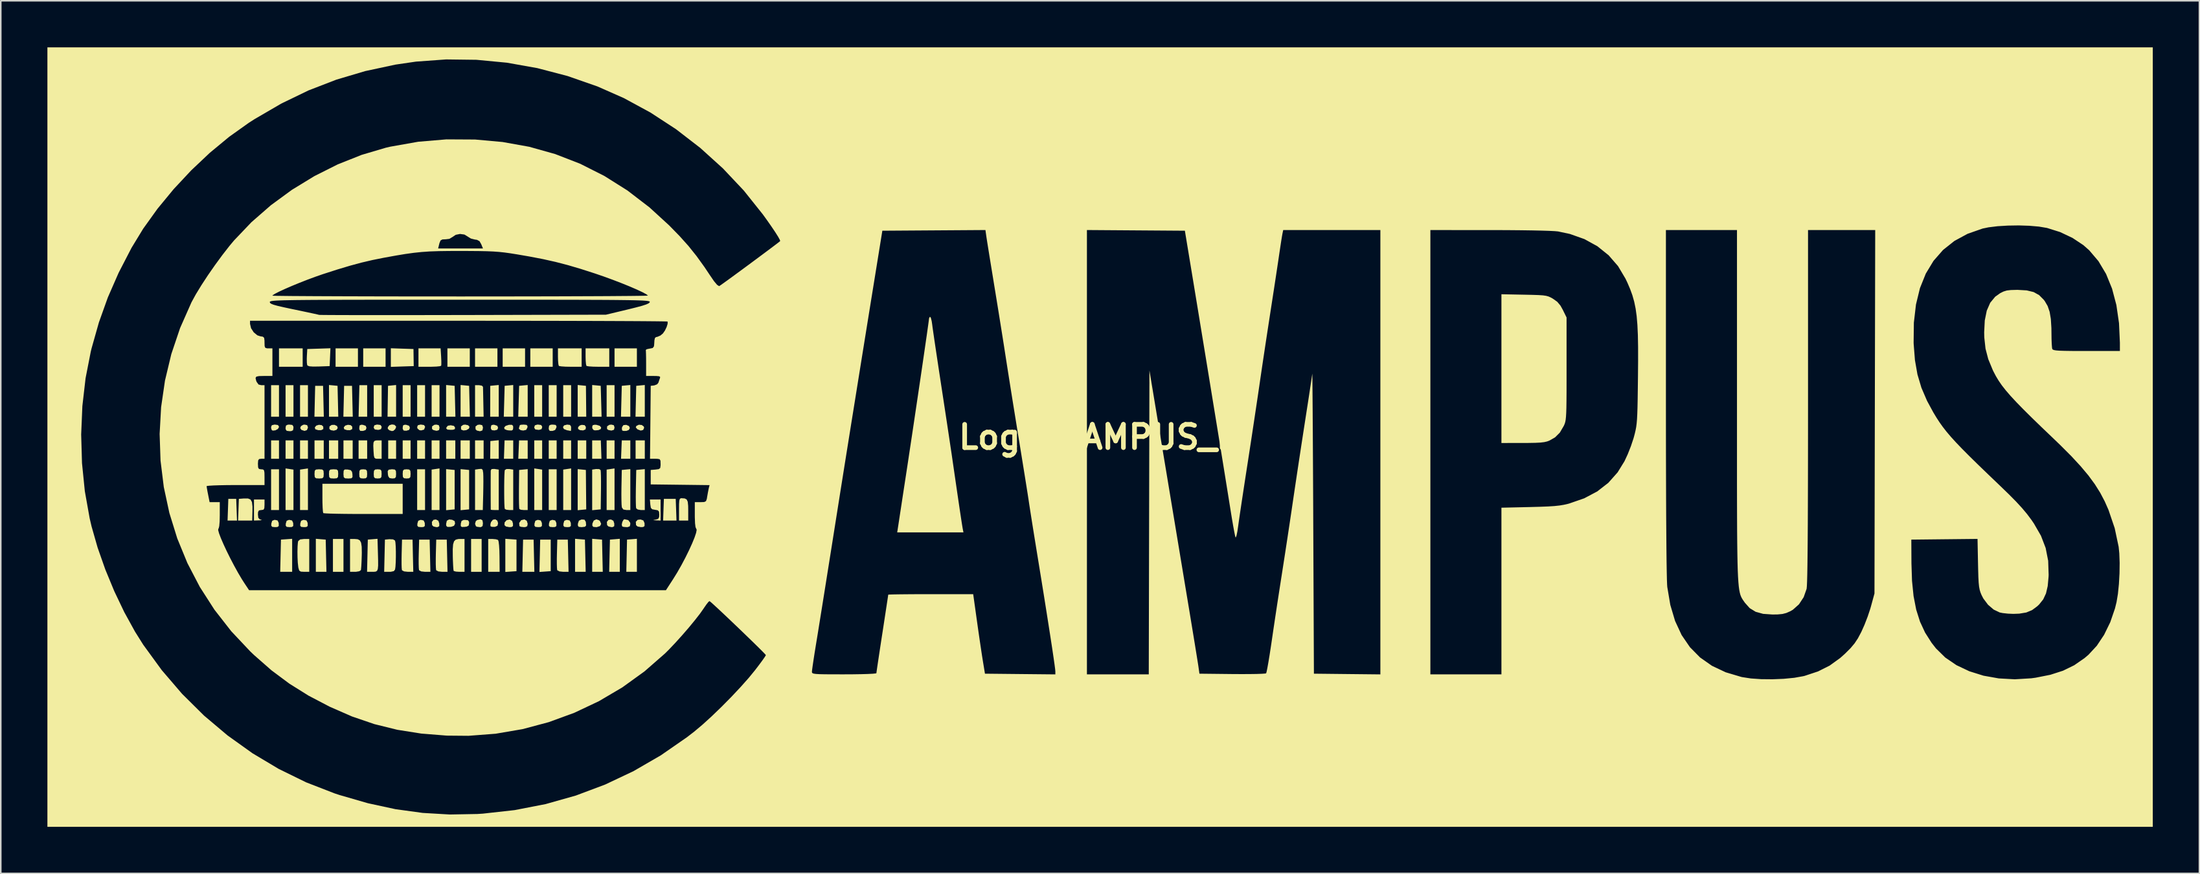
<source format=kicad_pcb>
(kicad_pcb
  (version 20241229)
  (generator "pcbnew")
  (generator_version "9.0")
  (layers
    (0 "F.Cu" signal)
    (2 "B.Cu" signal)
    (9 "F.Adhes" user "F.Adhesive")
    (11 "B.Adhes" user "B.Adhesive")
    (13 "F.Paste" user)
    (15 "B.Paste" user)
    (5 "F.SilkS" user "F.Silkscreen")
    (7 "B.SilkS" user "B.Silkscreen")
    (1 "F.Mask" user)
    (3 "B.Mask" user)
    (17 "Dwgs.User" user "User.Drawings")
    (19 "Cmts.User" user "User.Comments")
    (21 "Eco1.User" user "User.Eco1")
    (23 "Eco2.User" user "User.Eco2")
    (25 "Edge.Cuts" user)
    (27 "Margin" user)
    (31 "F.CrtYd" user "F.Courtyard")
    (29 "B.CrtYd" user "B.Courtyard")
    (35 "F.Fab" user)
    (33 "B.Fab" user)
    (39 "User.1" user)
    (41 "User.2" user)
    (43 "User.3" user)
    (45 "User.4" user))
  (footprint "Logo_CAMPUS_N"
    (layer "F.Cu")
    (at 67.733 25.104)
    (property "Reference" "Logo_CAMPUS_N" (at 0 0 0) (layer "F.SilkS") (effects (font (size 1.5 1.5) (thickness 0.3))))
    (attr board_only exclude_from_pos_files exclude_from_bom)
    (fp_poly (pts (xy -55.559 4.678) (xy -55.534 5.376) (xy -55.838 5.376) (xy -56.141 5.376) (xy -56.116 4.678) (xy -56.092 3.979) (xy -55.838 3.979) (xy -55.584 3.979)) (stroke (width 0) (type solid)) (fill yes) (layer "F.SilkS"))
    (fp_poly (pts (xy -52.832 -2.328) (xy -52.832 -1.312) (xy -53.086 -1.312) (xy -53.34 -1.312) (xy -53.34 -2.328) (xy -53.34 -3.344) (xy -53.086 -3.344) (xy -52.832 -3.344)) (stroke (width 0) (type solid)) (fill yes) (layer "F.SilkS"))
    (fp_poly (pts (xy -52.832 0.804) (xy -52.832 1.397) (xy -53.086 1.397) (xy -53.34 1.397) (xy -53.34 0.804) (xy -53.34 0.212) (xy -53.086 0.212) (xy -52.832 0.212)) (stroke (width 0) (type solid)) (fill yes) (layer "F.SilkS"))
    (fp_poly (pts (xy -52.832 3.387) (xy -52.832 4.699) (xy -53.086 4.699) (xy -53.34 4.699) (xy -53.34 3.387) (xy -53.34 2.074) (xy -53.086 2.074) (xy -52.832 2.074)) (stroke (width 0) (type solid)) (fill yes) (layer "F.SilkS"))
    (fp_poly (pts (xy -52.155 2.056) (xy -51.901 2.094) (xy -51.901 3.396) (xy -51.901 4.699) (xy -52.155 4.699) (xy -52.409 4.699) (xy -52.409 3.359) (xy -52.409 2.019)) (stroke (width 0) (type solid)) (fill yes) (layer "F.SilkS"))
    (fp_poly (pts (xy -51.985 7.615) (xy -51.985 8.678) (xy -52.369 8.678) (xy -52.753 8.678) (xy -52.729 7.641) (xy -52.705 6.604) (xy -52.345 6.578) (xy -51.985 6.552)) (stroke (width 0) (type solid)) (fill yes) (layer "F.SilkS"))
    (fp_poly (pts (xy -51.901 -2.328) (xy -51.901 -1.312) (xy -52.155 -1.312) (xy -52.409 -1.312) (xy -52.409 -2.328) (xy -52.409 -3.344) (xy -52.155 -3.344) (xy -51.901 -3.344)) (stroke (width 0) (type solid)) (fill yes) (layer "F.SilkS"))
    (fp_poly (pts (xy -51.901 0.804) (xy -51.901 1.397) (xy -52.155 1.397) (xy -52.409 1.397) (xy -52.409 0.804) (xy -52.409 0.212) (xy -52.155 0.212) (xy -51.901 0.212)) (stroke (width 0) (type solid)) (fill yes) (layer "F.SilkS"))
    (fp_poly (pts (xy -51.308 -5.122) (xy -51.308 -4.53) (xy -52.07 -4.53) (xy -52.832 -4.53) (xy -52.832 -5.122) (xy -52.832 -5.715) (xy -52.07 -5.715) (xy -51.308 -5.715)) (stroke (width 0) (type solid)) (fill yes) (layer "F.SilkS"))
    (fp_poly (pts (xy -50.969 -2.328) (xy -50.969 -1.312) (xy -51.223 -1.312) (xy -51.477 -1.312) (xy -51.477 -2.328) (xy -51.477 -3.344) (xy -51.223 -3.344) (xy -50.969 -3.344)) (stroke (width 0) (type solid)) (fill yes) (layer "F.SilkS"))
    (fp_poly (pts (xy -50.969 0.804) (xy -50.969 1.397) (xy -51.223 1.397) (xy -51.477 1.397) (xy -51.477 0.804) (xy -51.477 0.212) (xy -51.223 0.212) (xy -50.969 0.212)) (stroke (width 0) (type solid)) (fill yes) (layer "F.SilkS"))
    (fp_poly (pts (xy -50.969 3.359) (xy -50.969 4.699) (xy -51.223 4.699) (xy -51.477 4.699) (xy -51.477 3.396) (xy -51.477 2.094) (xy -51.223 2.056) (xy -50.969 2.019)) (stroke (width 0) (type solid)) (fill yes) (layer "F.SilkS"))
    (fp_poly (pts (xy -50.144 6.578) (xy -49.826 6.604) (xy -49.803 7.641) (xy -49.779 8.678) (xy -50.12 8.678) (xy -50.461 8.678) (xy -50.461 7.615) (xy -50.461 6.551)) (stroke (width 0) (type solid)) (fill yes) (layer "F.SilkS"))
    (fp_poly (pts (xy -49.972 -2.307) (xy -49.948 -1.312) (xy -50.25 -1.312) (xy -50.551 -1.312) (xy -50.528 -2.307) (xy -50.504 -3.302) (xy -50.25 -3.302) (xy -49.996 -3.302)) (stroke (width 0) (type solid)) (fill yes) (layer "F.SilkS"))
    (fp_poly (pts (xy -49.953 0.804) (xy -49.953 1.397) (xy -50.25 1.397) (xy -50.546 1.397) (xy -50.546 0.804) (xy -50.546 0.212) (xy -50.25 0.212) (xy -49.953 0.212)) (stroke (width 0) (type solid)) (fill yes) (layer "F.SilkS"))
    (fp_poly (pts (xy -49.34 -3.329) (xy -49.064 -3.302) (xy -49.04 -2.307) (xy -49.017 -1.312) (xy -49.316 -1.312) (xy -49.615 -1.312) (xy -49.615 -2.334) (xy -49.615 -3.355)) (stroke (width 0) (type solid)) (fill yes) (layer "F.SilkS"))
    (fp_poly (pts (xy -49.022 0.804) (xy -49.022 1.397) (xy -49.318 1.397) (xy -49.615 1.397) (xy -49.615 0.804) (xy -49.615 0.212) (xy -49.318 0.212) (xy -49.022 0.212)) (stroke (width 0) (type solid)) (fill yes) (layer "F.SilkS"))
    (fp_poly (pts (xy -48.683 7.62) (xy -48.683 8.678) (xy -49.022 8.678) (xy -49.361 8.678) (xy -49.361 7.62) (xy -49.361 6.562) (xy -49.022 6.562) (xy -48.683 6.562)) (stroke (width 0) (type solid)) (fill yes) (layer "F.SilkS"))
    (fp_poly (pts (xy -48.109 -2.307) (xy -48.085 -1.312) (xy -48.387 -1.312) (xy -48.689 -1.312) (xy -48.665 -2.307) (xy -48.641 -3.302) (xy -48.387 -3.302) (xy -48.133 -3.302)) (stroke (width 0) (type solid)) (fill yes) (layer "F.SilkS"))
    (fp_poly (pts (xy -48.091 0.804) (xy -48.091 1.397) (xy -48.387 1.397) (xy -48.683 1.397) (xy -48.683 0.804) (xy -48.683 0.212) (xy -48.387 0.212) (xy -48.091 0.212)) (stroke (width 0) (type solid)) (fill yes) (layer "F.SilkS"))
    (fp_poly (pts (xy -47.752 -5.122) (xy -47.752 -4.53) (xy -48.472 -4.53) (xy -49.191 -4.53) (xy -49.191 -5.122) (xy -49.191 -5.715) (xy -48.472 -5.715) (xy -47.752 -5.715)) (stroke (width 0) (type solid)) (fill yes) (layer "F.SilkS"))
    (fp_poly (pts (xy -47.159 -2.328) (xy -47.159 -1.312) (xy -47.434 -1.312) (xy -47.71 -1.312) (xy -47.684 -2.328) (xy -47.657 -3.344) (xy -47.408 -3.344) (xy -47.159 -3.344)) (stroke (width 0) (type solid)) (fill yes) (layer "F.SilkS"))
    (fp_poly (pts (xy -47.159 0.804) (xy -47.159 1.397) (xy -47.434 1.397) (xy -47.71 1.397) (xy -47.71 0.804) (xy -47.71 0.212) (xy -47.434 0.212) (xy -47.159 0.212)) (stroke (width 0) (type solid)) (fill yes) (layer "F.SilkS"))
    (fp_poly (pts (xy -46.228 -2.328) (xy -46.228 -1.312) (xy -46.482 -1.312) (xy -46.736 -1.312) (xy -46.736 -2.328) (xy -46.736 -3.344) (xy -46.482 -3.344) (xy -46.228 -3.344)) (stroke (width 0) (type solid)) (fill yes) (layer "F.SilkS"))
    (fp_poly (pts (xy -45.974 -5.122) (xy -45.974 -4.53) (xy -46.694 -4.53) (xy -47.413 -4.53) (xy -47.413 -5.122) (xy -47.413 -5.715) (xy -46.694 -5.715) (xy -45.974 -5.715)) (stroke (width 0) (type solid)) (fill yes) (layer "F.SilkS"))
    (fp_poly (pts (xy -45.297 -2.334) (xy -45.297 -1.312) (xy -45.572 -1.312) (xy -45.847 -1.312) (xy -45.832 -2.307) (xy -45.817 -3.302) (xy -45.557 -3.329) (xy -45.297 -3.355)) (stroke (width 0) (type solid)) (fill yes) (layer "F.SilkS"))
    (fp_poly (pts (xy -45.297 0.804) (xy -45.297 1.397) (xy -45.551 1.397) (xy -45.805 1.397) (xy -45.805 0.804) (xy -45.805 0.212) (xy -45.551 0.212) (xy -45.297 0.212)) (stroke (width 0) (type solid)) (fill yes) (layer "F.SilkS"))
    (fp_poly (pts (xy -44.907 -5.697) (xy -44.179 -5.673) (xy -44.171 -5.122) (xy -44.163 -4.572) (xy -44.899 -4.548) (xy -45.635 -4.523) (xy -45.635 -5.122) (xy -45.635 -5.722)) (stroke (width 0) (type solid)) (fill yes) (layer "F.SilkS"))
    (fp_poly (pts (xy -44.365 -2.328) (xy -44.365 -1.312) (xy -44.619 -1.312) (xy -44.873 -1.312) (xy -44.873 -2.328) (xy -44.873 -3.344) (xy -44.619 -3.344) (xy -44.365 -3.344)) (stroke (width 0) (type solid)) (fill yes) (layer "F.SilkS"))
    (fp_poly (pts (xy -44.365 0.804) (xy -44.365 1.397) (xy -44.619 1.397) (xy -44.873 1.397) (xy -44.873 0.804) (xy -44.873 0.212) (xy -44.619 0.212) (xy -44.365 0.212)) (stroke (width 0) (type solid)) (fill yes) (layer "F.SilkS"))
    (fp_poly (pts (xy -43.434 -2.328) (xy -43.434 -1.312) (xy -43.688 -1.312) (xy -43.942 -1.312) (xy -43.942 -2.328) (xy -43.942 -3.344) (xy -43.688 -3.344) (xy -43.434 -3.344)) (stroke (width 0) (type solid)) (fill yes) (layer "F.SilkS"))
    (fp_poly (pts (xy -43.434 0.804) (xy -43.434 1.397) (xy -43.688 1.397) (xy -43.942 1.397) (xy -43.942 0.804) (xy -43.942 0.212) (xy -43.688 0.212) (xy -43.434 0.212)) (stroke (width 0) (type solid)) (fill yes) (layer "F.SilkS"))
    (fp_poly (pts (xy -43.434 3.387) (xy -43.434 4.699) (xy -43.688 4.699) (xy -43.942 4.699) (xy -43.942 3.387) (xy -43.942 2.074) (xy -43.688 2.074) (xy -43.434 2.074)) (stroke (width 0) (type solid)) (fill yes) (layer "F.SilkS"))
    (fp_poly (pts (xy -42.503 -2.328) (xy -42.503 -1.312) (xy -42.757 -1.312) (xy -43.011 -1.312) (xy -43.011 -2.328) (xy -43.011 -3.344) (xy -42.757 -3.344) (xy -42.503 -3.344)) (stroke (width 0) (type solid)) (fill yes) (layer "F.SilkS"))
    (fp_poly (pts (xy -42.503 0.804) (xy -42.503 1.397) (xy -42.757 1.397) (xy -43.011 1.397) (xy -43.011 0.804) (xy -43.011 0.212) (xy -42.757 0.212) (xy -42.503 0.212)) (stroke (width 0) (type solid)) (fill yes) (layer "F.SilkS"))
    (fp_poly (pts (xy -42.503 3.359) (xy -42.503 4.699) (xy -42.757 4.699) (xy -43.011 4.699) (xy -43.011 3.396) (xy -43.011 2.094) (xy -42.757 2.056) (xy -42.503 2.019)) (stroke (width 0) (type solid)) (fill yes) (layer "F.SilkS"))
    (fp_poly (pts (xy -41.804 -3.329) (xy -41.529 -3.302) (xy -41.505 -2.307) (xy -41.481 -1.312) (xy -41.78 -1.312) (xy -42.079 -1.312) (xy -42.079 -2.334) (xy -42.079 -3.355)) (stroke (width 0) (type solid)) (fill yes) (layer "F.SilkS"))
    (fp_poly (pts (xy -41.804 2.09) (xy -41.529 2.117) (xy -41.529 3.387) (xy -41.529 4.657) (xy -41.804 4.683) (xy -42.079 4.71) (xy -42.079 3.387) (xy -42.079 2.064)) (stroke (width 0) (type solid)) (fill yes) (layer "F.SilkS"))
    (fp_poly (pts (xy -41.487 0.804) (xy -41.487 1.397) (xy -41.783 1.397) (xy -42.079 1.397) (xy -42.079 0.804) (xy -42.079 0.212) (xy -41.783 0.212) (xy -41.487 0.212)) (stroke (width 0) (type solid)) (fill yes) (layer "F.SilkS"))
    (fp_poly (pts (xy -40.873 -3.329) (xy -40.598 -3.302) (xy -40.574 -2.307) (xy -40.55 -1.312) (xy -40.849 -1.312) (xy -41.148 -1.312) (xy -41.148 -2.334) (xy -41.148 -3.355)) (stroke (width 0) (type solid)) (fill yes) (layer "F.SilkS"))
    (fp_poly (pts (xy -40.873 2.09) (xy -40.598 2.117) (xy -40.598 3.387) (xy -40.598 4.657) (xy -40.873 4.683) (xy -41.148 4.71) (xy -41.148 3.387) (xy -41.148 2.064)) (stroke (width 0) (type solid)) (fill yes) (layer "F.SilkS"))
    (fp_poly (pts (xy -40.555 -5.122) (xy -40.555 -4.53) (xy -41.275 -4.53) (xy -41.995 -4.53) (xy -41.995 -5.122) (xy -41.995 -5.715) (xy -41.275 -5.715) (xy -40.555 -5.715)) (stroke (width 0) (type solid)) (fill yes) (layer "F.SilkS"))
    (fp_poly (pts (xy -40.555 0.804) (xy -40.555 1.397) (xy -40.852 1.397) (xy -41.148 1.397) (xy -41.148 0.804) (xy -41.148 0.212) (xy -40.852 0.212) (xy -40.555 0.212)) (stroke (width 0) (type solid)) (fill yes) (layer "F.SilkS"))
    (fp_poly (pts (xy -39.793 7.62) (xy -39.793 8.678) (xy -40.132 8.678) (xy -40.471 8.678) (xy -40.471 7.62) (xy -40.471 6.562) (xy -40.132 6.562) (xy -39.793 6.562)) (stroke (width 0) (type solid)) (fill yes) (layer "F.SilkS"))
    (fp_poly (pts (xy -39.666 0.804) (xy -39.666 1.397) (xy -39.941 1.397) (xy -40.217 1.397) (xy -40.217 0.804) (xy -40.217 0.212) (xy -39.941 0.212) (xy -39.666 0.212)) (stroke (width 0) (type solid)) (fill yes) (layer "F.SilkS"))
    (fp_poly (pts (xy -38.777 -5.122) (xy -38.777 -4.53) (xy -39.497 -4.53) (xy -40.217 -4.53) (xy -40.217 -5.122) (xy -40.217 -5.715) (xy -39.497 -5.715) (xy -38.777 -5.715)) (stroke (width 0) (type solid)) (fill yes) (layer "F.SilkS"))
    (fp_poly (pts (xy -38.693 -2.334) (xy -38.693 -1.312) (xy -38.968 -1.313) (xy -39.243 -1.313) (xy -39.241 -2.307) (xy -39.24 -3.302) (xy -38.966 -3.329) (xy -38.693 -3.355)) (stroke (width 0) (type solid)) (fill yes) (layer "F.SilkS"))
    (fp_poly (pts (xy -38.693 0.799) (xy -38.693 1.397) (xy -38.968 1.397) (xy -39.243 1.397) (xy -39.237 0.825) (xy -39.232 0.254) (xy -38.962 0.227) (xy -38.693 0.201)) (stroke (width 0) (type solid)) (fill yes) (layer "F.SilkS"))
    (fp_poly (pts (xy -37.91 6.578) (xy -37.55 6.604) (xy -37.55 7.62) (xy -37.55 8.636) (xy -37.91 8.662) (xy -38.269 8.688) (xy -38.269 7.62) (xy -38.269 6.552)) (stroke (width 0) (type solid)) (fill yes) (layer "F.SilkS"))
    (fp_poly (pts (xy -37.761 -2.334) (xy -37.761 -1.312) (xy -38.065 -1.312) (xy -38.368 -1.312) (xy -38.34 -2.307) (xy -38.312 -3.302) (xy -38.036 -3.329) (xy -37.761 -3.355)) (stroke (width 0) (type solid)) (fill yes) (layer "F.SilkS"))
    (fp_poly (pts (xy -37.761 0.804) (xy -37.761 1.397) (xy -38.06 1.397) (xy -38.359 1.397) (xy -38.338 0.804) (xy -38.318 0.212) (xy -38.04 0.212) (xy -37.761 0.212)) (stroke (width 0) (type solid)) (fill yes) (layer "F.SilkS"))
    (fp_poly (pts (xy -36.999 -5.122) (xy -36.999 -4.53) (xy -37.719 -4.53) (xy -38.439 -4.53) (xy -38.439 -5.122) (xy -38.439 -5.715) (xy -37.719 -5.715) (xy -36.999 -5.715)) (stroke (width 0) (type solid)) (fill yes) (layer "F.SilkS"))
    (fp_poly (pts (xy -36.83 -2.334) (xy -36.83 -1.312) (xy -37.133 -1.312) (xy -37.437 -1.312) (xy -37.409 -2.307) (xy -37.38 -3.302) (xy -37.105 -3.329) (xy -36.83 -3.355)) (stroke (width 0) (type solid)) (fill yes) (layer "F.SilkS"))
    (fp_poly (pts (xy -36.83 0.804) (xy -36.83 1.397) (xy -37.132 1.397) (xy -37.434 1.397) (xy -37.41 0.804) (xy -37.386 0.212) (xy -37.108 0.212) (xy -36.83 0.212)) (stroke (width 0) (type solid)) (fill yes) (layer "F.SilkS"))
    (fp_poly (pts (xy -36.425 7.641) (xy -36.401 8.678) (xy -36.788 8.678) (xy -37.174 8.678) (xy -37.15 7.641) (xy -37.126 6.604) (xy -36.788 6.604) (xy -36.449 6.604)) (stroke (width 0) (type solid)) (fill yes) (layer "F.SilkS"))
    (fp_poly (pts (xy -36.153 2.056) (xy -35.899 2.094) (xy -35.899 3.396) (xy -35.899 4.699) (xy -36.153 4.699) (xy -36.407 4.699) (xy -36.407 3.359) (xy -36.407 2.019)) (stroke (width 0) (type solid)) (fill yes) (layer "F.SilkS"))
    (fp_poly (pts (xy -35.899 -2.328) (xy -35.899 -1.312) (xy -36.153 -1.312) (xy -36.407 -1.312) (xy -36.407 -2.328) (xy -36.407 -3.344) (xy -36.153 -3.344) (xy -35.899 -3.344)) (stroke (width 0) (type solid)) (fill yes) (layer "F.SilkS"))
    (fp_poly (pts (xy -35.899 0.804) (xy -35.899 1.397) (xy -36.153 1.397) (xy -36.407 1.397) (xy -36.407 0.804) (xy -36.407 0.212) (xy -36.153 0.212) (xy -35.899 0.212)) (stroke (width 0) (type solid)) (fill yes) (layer "F.SilkS"))
    (fp_poly (pts (xy -35.348 7.62) (xy -35.348 8.636) (xy -35.711 8.662) (xy -36.073 8.688) (xy -36.049 7.646) (xy -36.026 6.604) (xy -35.687 6.604) (xy -35.348 6.604)) (stroke (width 0) (type solid)) (fill yes) (layer "F.SilkS"))
    (fp_poly (pts (xy -35.221 -5.122) (xy -35.221 -4.53) (xy -35.941 -4.53) (xy -36.661 -4.53) (xy -36.661 -5.122) (xy -36.661 -5.715) (xy -35.941 -5.715) (xy -35.221 -5.715)) (stroke (width 0) (type solid)) (fill yes) (layer "F.SilkS"))
    (fp_poly (pts (xy -34.967 -2.328) (xy -34.967 -1.312) (xy -35.221 -1.312) (xy -35.475 -1.312) (xy -35.475 -2.328) (xy -35.475 -3.344) (xy -35.221 -3.344) (xy -34.967 -3.344)) (stroke (width 0) (type solid)) (fill yes) (layer "F.SilkS"))
    (fp_poly (pts (xy -34.967 0.804) (xy -34.967 1.397) (xy -35.221 1.397) (xy -35.475 1.397) (xy -35.475 0.804) (xy -35.475 0.212) (xy -35.221 0.212) (xy -34.967 0.212)) (stroke (width 0) (type solid)) (fill yes) (layer "F.SilkS"))
    (fp_poly (pts (xy -34.967 3.387) (xy -34.967 4.699) (xy -35.221 4.699) (xy -35.475 4.699) (xy -35.475 3.387) (xy -35.475 2.074) (xy -35.221 2.074) (xy -34.967 2.074)) (stroke (width 0) (type solid)) (fill yes) (layer "F.SilkS"))
    (fp_poly (pts (xy -34.036 -2.328) (xy -34.036 -1.312) (xy -34.29 -1.312) (xy -34.544 -1.312) (xy -34.544 -2.328) (xy -34.544 -3.344) (xy -34.29 -3.344) (xy -34.036 -3.344)) (stroke (width 0) (type solid)) (fill yes) (layer "F.SilkS"))
    (fp_poly (pts (xy -34.036 0.804) (xy -34.036 1.397) (xy -34.29 1.397) (xy -34.544 1.397) (xy -34.544 0.804) (xy -34.544 0.212) (xy -34.29 0.212) (xy -34.036 0.212)) (stroke (width 0) (type solid)) (fill yes) (layer "F.SilkS"))
    (fp_poly (pts (xy -34.036 3.359) (xy -34.036 4.699) (xy -34.29 4.699) (xy -34.544 4.699) (xy -34.544 3.396) (xy -34.544 2.094) (xy -34.29 2.056) (xy -34.036 2.019)) (stroke (width 0) (type solid)) (fill yes) (layer "F.SilkS"))
    (fp_poly (pts (xy -33.465 6.578) (xy -33.147 6.604) (xy -33.123 7.641) (xy -33.099 8.678) (xy -33.441 8.678) (xy -33.782 8.678) (xy -33.782 7.615) (xy -33.782 6.551)) (stroke (width 0) (type solid)) (fill yes) (layer "F.SilkS"))
    (fp_poly (pts (xy -33.349 2.09) (xy -33.086 2.117) (xy -33.075 3.387) (xy -33.063 4.657) (xy -33.338 4.683) (xy -33.613 4.71) (xy -33.613 3.387) (xy -33.613 2.064)) (stroke (width 0) (type solid)) (fill yes) (layer "F.SilkS"))
    (fp_poly (pts (xy -33.347 -3.329) (xy -33.082 -3.302) (xy -33.072 -2.307) (xy -33.062 -1.312) (xy -33.337 -1.312) (xy -33.613 -1.312) (xy -33.613 -2.334) (xy -33.613 -3.355)) (stroke (width 0) (type solid)) (fill yes) (layer "F.SilkS"))
    (fp_poly (pts (xy -33.062 0.804) (xy -33.062 1.397) (xy -33.337 1.397) (xy -33.613 1.397) (xy -33.613 0.804) (xy -33.613 0.212) (xy -33.337 0.212) (xy -33.062 0.212)) (stroke (width 0) (type solid)) (fill yes) (layer "F.SilkS"))
    (fp_poly (pts (xy -32.406 -3.329) (xy -32.131 -3.302) (xy -32.103 -2.307) (xy -32.075 -1.312) (xy -32.378 -1.312) (xy -32.681 -1.312) (xy -32.681 -2.334) (xy -32.681 -3.355)) (stroke (width 0) (type solid)) (fill yes) (layer "F.SilkS"))
    (fp_poly (pts (xy -32.364 6.578) (xy -32.046 6.604) (xy -32.023 7.641) (xy -31.999 8.678) (xy -32.34 8.678) (xy -32.681 8.678) (xy -32.681 7.615) (xy -32.681 6.551)) (stroke (width 0) (type solid)) (fill yes) (layer "F.SilkS"))
    (fp_poly (pts (xy -32.104 0.804) (xy -32.084 1.397) (xy -32.383 1.397) (xy -32.681 1.397) (xy -32.681 0.804) (xy -32.681 0.212) (xy -32.403 0.212) (xy -32.125 0.212)) (stroke (width 0) (type solid)) (fill yes) (layer "F.SilkS"))
    (fp_poly (pts (xy -31.242 -2.328) (xy -31.242 -1.312) (xy -31.496 -1.312) (xy -31.75 -1.312) (xy -31.75 -2.328) (xy -31.75 -3.344) (xy -31.496 -3.344) (xy -31.242 -3.344)) (stroke (width 0) (type solid)) (fill yes) (layer "F.SilkS"))
    (fp_poly (pts (xy -31.242 0.804) (xy -31.242 1.397) (xy -31.496 1.397) (xy -31.75 1.397) (xy -31.75 0.804) (xy -31.75 0.212) (xy -31.496 0.212) (xy -31.242 0.212)) (stroke (width 0) (type solid)) (fill yes) (layer "F.SilkS"))
    (fp_poly (pts (xy -31.242 3.359) (xy -31.242 4.699) (xy -31.496 4.699) (xy -31.75 4.699) (xy -31.75 3.396) (xy -31.75 2.094) (xy -31.496 2.056) (xy -31.242 2.019)) (stroke (width 0) (type solid)) (fill yes) (layer "F.SilkS"))
    (fp_poly (pts (xy -30.903 7.615) (xy -30.903 8.678) (xy -31.245 8.678) (xy -31.586 8.678) (xy -31.562 7.641) (xy -31.538 6.604) (xy -31.221 6.578) (xy -30.903 6.551)) (stroke (width 0) (type solid)) (fill yes) (layer "F.SilkS"))
    (fp_poly (pts (xy -30.226 -2.334) (xy -30.226 -1.312) (xy -30.527 -1.312) (xy -30.828 -1.312) (xy -30.802 -2.307) (xy -30.776 -3.302) (xy -30.501 -3.329) (xy -30.226 -3.355)) (stroke (width 0) (type solid)) (fill yes) (layer "F.SilkS"))
    (fp_poly (pts (xy -30.226 0.804) (xy -30.226 1.397) (xy -30.525 1.397) (xy -30.824 1.397) (xy -30.8 0.804) (xy -30.776 0.212) (xy -30.501 0.212) (xy -30.226 0.212)) (stroke (width 0) (type solid)) (fill yes) (layer "F.SilkS"))
    (fp_poly (pts (xy -29.803 -5.122) (xy -29.803 -4.53) (xy -30.522 -4.53) (xy -31.242 -4.53) (xy -31.242 -5.122) (xy -31.242 -5.715) (xy -30.522 -5.715) (xy -29.803 -5.715)) (stroke (width 0) (type solid)) (fill yes) (layer "F.SilkS"))
    (fp_poly (pts (xy -29.803 7.615) (xy -29.803 8.678) (xy -30.144 8.678) (xy -30.485 8.678) (xy -30.461 7.641) (xy -30.438 6.604) (xy -30.12 6.578) (xy -29.803 6.551)) (stroke (width 0) (type solid)) (fill yes) (layer "F.SilkS"))
    (fp_poly (pts (xy -29.295 -2.334) (xy -29.295 -1.312) (xy -29.594 -1.312) (xy -29.893 -1.312) (xy -29.869 -2.307) (xy -29.845 -3.302) (xy -29.57 -3.329) (xy -29.295 -3.355)) (stroke (width 0) (type solid)) (fill yes) (layer "F.SilkS"))
    (fp_poly (pts (xy -29.295 0.804) (xy -29.295 1.397) (xy -29.591 1.397) (xy -29.887 1.397) (xy -29.887 0.804) (xy -29.887 0.212) (xy -29.591 0.212) (xy -29.295 0.212)) (stroke (width 0) (type solid)) (fill yes) (layer "F.SilkS"))
    (fp_poly (pts (xy -27.28 4.678) (xy -27.256 5.376) (xy -27.686 5.376) (xy -28.116 5.376) (xy -28.092 4.678) (xy -28.067 3.979) (xy -27.686 3.979) (xy -27.305 3.979)) (stroke (width 0) (type solid)) (fill yes) (layer "F.SilkS"))
    (fp_poly (pts (xy -50.084 -0.77) (xy -49.984 -0.677) (xy -49.98 -0.518) (xy -50.119 -0.444) (xy -50.318 -0.448) (xy -50.495 -0.505) (xy -50.529 -0.62) (xy -50.435 -0.739) (xy -50.261 -0.791)) (stroke (width 0) (type solid)) (fill yes) (layer "F.SilkS"))
    (fp_poly (pts (xy -49.096 -0.713) (xy -49.052 -0.587) (xy -49.128 -0.468) (xy -49.305 -0.415) (xy -49.498 -0.447) (xy -49.591 -0.526) (xy -49.584 -0.685) (xy -49.448 -0.781) (xy -49.265 -0.79)) (stroke (width 0) (type solid)) (fill yes) (layer "F.SilkS"))
    (fp_poly (pts (xy -48.221 -0.77) (xy -48.121 -0.677) (xy -48.117 -0.518) (xy -48.256 -0.444) (xy -48.456 -0.448) (xy -48.632 -0.505) (xy -48.666 -0.62) (xy -48.573 -0.739) (xy -48.399 -0.791)) (stroke (width 0) (type solid)) (fill yes) (layer "F.SilkS"))
    (fp_poly (pts (xy -33.163 -0.768) (xy -33.083 -0.647) (xy -33.107 -0.496) (xy -33.26 -0.43) (xy -33.469 -0.447) (xy -33.588 -0.525) (xy -33.584 -0.643) (xy -33.476 -0.749) (xy -33.348 -0.788)) (stroke (width 0) (type solid)) (fill yes) (layer "F.SilkS"))
    (fp_poly (pts (xy -51.02 -0.769) (xy -50.97 -0.635) (xy -50.969 -0.611) (xy -51.033 -0.451) (xy -51.192 -0.399) (xy -51.389 -0.464) (xy -51.467 -0.58) (xy -51.418 -0.706) (xy -51.274 -0.793) (xy -51.184 -0.804)) (stroke (width 0) (type solid)) (fill yes) (layer "F.SilkS"))
    (fp_poly (pts (xy -47.434 -0.789) (xy -47.253 -0.727) (xy -47.202 -0.593) (xy -47.258 -0.454) (xy -47.434 -0.397) (xy -47.603 -0.4) (xy -47.662 -0.495) (xy -47.667 -0.593) (xy -47.644 -0.751) (xy -47.538 -0.796)) (stroke (width 0) (type solid)) (fill yes) (layer "F.SilkS"))
    (fp_poly (pts (xy -44.641 -0.789) (xy -44.458 -0.727) (xy -44.408 -0.594) (xy -44.461 -0.461) (xy -44.641 -0.409) (xy -44.81 -0.421) (xy -44.869 -0.521) (xy -44.873 -0.603) (xy -44.848 -0.755) (xy -44.738 -0.796)) (stroke (width 0) (type solid)) (fill yes) (layer "F.SilkS"))
    (fp_poly (pts (xy -42.578 5.388) (xy -42.518 5.567) (xy -42.521 5.736) (xy -42.616 5.795) (xy -42.711 5.8) (xy -42.894 5.756) (xy -42.98 5.673) (xy -42.996 5.466) (xy -42.892 5.331) (xy -42.736 5.307)) (stroke (width 0) (type solid)) (fill yes) (layer "F.SilkS"))
    (fp_poly (pts (xy -41.574 -0.72) (xy -41.503 -0.614) (xy -41.517 -0.514) (xy -41.636 -0.472) (xy -41.783 -0.466) (xy -41.989 -0.482) (xy -42.065 -0.543) (xy -42.063 -0.614) (xy -41.968 -0.732) (xy -41.783 -0.762)) (stroke (width 0) (type solid)) (fill yes) (layer "F.SilkS"))
    (fp_poly (pts (xy -40.662 -0.762) (xy -40.573 -0.66) (xy -40.615 -0.541) (xy -40.778 -0.448) (xy -40.965 -0.426) (xy -41.099 -0.478) (xy -41.117 -0.508) (xy -41.12 -0.686) (xy -40.982 -0.788) (xy -40.852 -0.804)) (stroke (width 0) (type solid)) (fill yes) (layer "F.SilkS"))
    (fp_poly (pts (xy -31.317 5.388) (xy -31.258 5.567) (xy -31.261 5.736) (xy -31.355 5.795) (xy -31.451 5.8) (xy -31.633 5.756) (xy -31.719 5.673) (xy -31.736 5.466) (xy -31.632 5.331) (xy -31.475 5.307)) (stroke (width 0) (type solid)) (fill yes) (layer "F.SilkS"))
    (fp_poly (pts (xy -30.313 -0.713) (xy -30.257 -0.583) (xy -30.325 -0.458) (xy -30.483 -0.398) (xy -30.664 -0.397) (xy -30.749 -0.424) (xy -30.772 -0.538) (xy -30.756 -0.644) (xy -30.67 -0.771) (xy -30.49 -0.788)) (stroke (width 0) (type solid)) (fill yes) (layer "F.SilkS"))
    (fp_poly (pts (xy -29.493 -0.778) (xy -29.362 -0.684) (xy -29.337 -0.601) (xy -29.4 -0.459) (xy -29.555 -0.42) (xy -29.752 -0.493) (xy -29.777 -0.511) (xy -29.876 -0.624) (xy -29.834 -0.721) (xy -29.674 -0.796)) (stroke (width 0) (type solid)) (fill yes) (layer "F.SilkS"))
    (fp_poly (pts (xy -54.662 4.022) (xy -54.571 4.187) (xy -54.538 4.474) (xy -54.539 4.753) (xy -54.555 5.376) (xy -55.009 5.376) (xy -55.464 5.376) (xy -55.439 4.678) (xy -55.414 3.979) (xy -55.091 3.953) (xy -54.829 3.953)) (stroke (width 0) (type solid)) (fill yes) (layer "F.SilkS"))
    (fp_poly (pts (xy -43.5 -0.776) (xy -43.436 -0.676) (xy -43.434 -0.644) (xy -43.498 -0.481) (xy -43.68 -0.43) (xy -43.794 -0.445) (xy -43.917 -0.545) (xy -43.942 -0.641) (xy -43.899 -0.761) (xy -43.743 -0.803) (xy -43.688 -0.804)) (stroke (width 0) (type solid)) (fill yes) (layer "F.SilkS"))
    (fp_poly (pts (xy -42.55 -0.767) (xy -42.503 -0.624) (xy -42.503 -0.602) (xy -42.534 -0.452) (xy -42.663 -0.41) (xy -42.725 -0.411) (xy -42.905 -0.455) (xy -42.986 -0.525) (xy -42.982 -0.691) (xy -42.839 -0.789) (xy -42.709 -0.804)) (stroke (width 0) (type solid)) (fill yes) (layer "F.SilkS"))
    (fp_poly (pts (xy -39.758 -0.768) (xy -39.709 -0.628) (xy -39.709 -0.593) (xy -39.743 -0.432) (xy -39.879 -0.382) (xy -39.923 -0.381) (xy -40.103 -0.424) (xy -40.184 -0.504) (xy -40.189 -0.684) (xy -40.052 -0.787) (xy -39.915 -0.804)) (stroke (width 0) (type solid)) (fill yes) (layer "F.SilkS"))
    (fp_poly (pts (xy -39.74 5.362) (xy -39.709 5.546) (xy -39.732 5.728) (xy -39.829 5.795) (xy -39.906 5.8) (xy -40.084 5.778) (xy -40.16 5.743) (xy -40.217 5.589) (xy -40.171 5.42) (xy -40.083 5.343) (xy -39.858 5.291)) (stroke (width 0) (type solid)) (fill yes) (layer "F.SilkS"))
    (fp_poly (pts (xy -38.968 -0.789) (xy -38.784 -0.725) (xy -38.735 -0.6) (xy -38.788 -0.473) (xy -38.968 -0.428) (xy -38.968 -0.428) (xy -39.139 -0.447) (xy -39.198 -0.553) (xy -39.201 -0.617) (xy -39.173 -0.758) (xy -39.057 -0.796)) (stroke (width 0) (type solid)) (fill yes) (layer "F.SilkS"))
    (fp_poly (pts (xy -38.783 5.382) (xy -38.735 5.546) (xy -38.774 5.711) (xy -38.923 5.778) (xy -38.96 5.783) (xy -39.14 5.78) (xy -39.225 5.741) (xy -39.229 5.617) (xy -39.191 5.476) (xy -39.071 5.325) (xy -38.915 5.297)) (stroke (width 0) (type solid)) (fill yes) (layer "F.SilkS"))
    (fp_poly (pts (xy -37.98 5.309) (xy -37.83 5.398) (xy -37.777 5.567) (xy -37.777 5.729) (xy -37.863 5.791) (xy -38.012 5.8) (xy -38.226 5.76) (xy -38.324 5.672) (xy -38.315 5.497) (xy -38.191 5.357) (xy -38.002 5.306)) (stroke (width 0) (type solid)) (fill yes) (layer "F.SilkS"))
    (fp_poly (pts (xy -36.889 5.391) (xy -36.83 5.585) (xy -36.858 5.739) (xy -36.975 5.795) (xy -37.079 5.8) (xy -37.267 5.78) (xy -37.36 5.736) (xy -37.378 5.533) (xy -37.259 5.362) (xy -37.244 5.351) (xy -37.043 5.301)) (stroke (width 0) (type solid)) (fill yes) (layer "F.SilkS"))
    (fp_poly (pts (xy -35.035 -0.785) (xy -34.977 -0.704) (xy -34.983 -0.614) (xy -35.064 -0.456) (xy -35.242 -0.397) (xy -35.411 -0.4) (xy -35.471 -0.494) (xy -35.475 -0.587) (xy -35.45 -0.741) (xy -35.339 -0.798) (xy -35.215 -0.804)) (stroke (width 0) (type solid)) (fill yes) (layer "F.SilkS"))
    (fp_poly (pts (xy -32.407 -0.789) (xy -32.201 -0.729) (xy -32.103 -0.625) (xy -32.128 -0.518) (xy -32.278 -0.449) (xy -32.476 -0.433) (xy -32.579 -0.446) (xy -32.664 -0.547) (xy -32.681 -0.647) (xy -32.651 -0.762) (xy -32.53 -0.795)) (stroke (width 0) (type solid)) (fill yes) (layer "F.SilkS"))
    (fp_poly (pts (xy -32.235 5.358) (xy -32.178 5.414) (xy -32.103 5.592) (xy -32.176 5.731) (xy -32.378 5.798) (xy -32.43 5.8) (xy -32.611 5.783) (xy -32.672 5.7) (xy -32.666 5.567) (xy -32.58 5.376) (xy -32.417 5.3)) (stroke (width 0) (type solid)) (fill yes) (layer "F.SilkS"))
    (fp_poly (pts (xy -31.288 -0.766) (xy -31.242 -0.623) (xy -31.242 -0.614) (xy -31.28 -0.47) (xy -31.426 -0.424) (xy -31.464 -0.423) (xy -31.644 -0.458) (xy -31.726 -0.525) (xy -31.721 -0.691) (xy -31.578 -0.789) (xy -31.449 -0.804)) (stroke (width 0) (type solid)) (fill yes) (layer "F.SilkS"))
    (fp_poly (pts (xy -29.389 5.368) (xy -29.316 5.527) (xy -29.31 5.567) (xy -29.311 5.729) (xy -29.396 5.791) (xy -29.546 5.8) (xy -29.758 5.76) (xy -29.857 5.673) (xy -29.874 5.459) (xy -29.756 5.329) (xy -29.57 5.307)) (stroke (width 0) (type solid)) (fill yes) (layer "F.SilkS"))
    (fp_poly (pts (xy -52.923 5.371) (xy -52.855 5.515) (xy -52.848 5.567) (xy -52.848 5.729) (xy -52.932 5.791) (xy -53.086 5.8) (xy -53.268 5.783) (xy -53.33 5.703) (xy -53.324 5.567) (xy -53.271 5.392) (xy -53.133 5.336) (xy -53.086 5.334)) (stroke (width 0) (type solid)) (fill yes) (layer "F.SilkS"))
    (fp_poly (pts (xy -52.898 -0.776) (xy -52.834 -0.675) (xy -52.832 -0.645) (xy -52.903 -0.523) (xy -53.062 -0.436) (xy -53.228 -0.417) (xy -53.296 -0.45) (xy -53.334 -0.562) (xy -53.34 -0.649) (xy -53.293 -0.765) (xy -53.126 -0.804) (xy -53.086 -0.804)) (stroke (width 0) (type solid)) (fill yes) (layer "F.SilkS"))
    (fp_poly (pts (xy -51.992 5.371) (xy -51.924 5.515) (xy -51.916 5.567) (xy -51.916 5.729) (xy -52.001 5.791) (xy -52.155 5.8) (xy -52.337 5.783) (xy -52.399 5.703) (xy -52.393 5.567) (xy -52.339 5.392) (xy -52.202 5.336) (xy -52.155 5.334)) (stroke (width 0) (type solid)) (fill yes) (layer "F.SilkS"))
    (fp_poly (pts (xy -51.973 -0.782) (xy -51.907 -0.685) (xy -51.901 -0.593) (xy -51.928 -0.441) (xy -52.044 -0.386) (xy -52.155 -0.381) (xy -52.336 -0.404) (xy -52.403 -0.501) (xy -52.409 -0.593) (xy -52.381 -0.744) (xy -52.265 -0.799) (xy -52.155 -0.804)) (stroke (width 0) (type solid)) (fill yes) (layer "F.SilkS"))
    (fp_poly (pts (xy -51.061 5.371) (xy -50.992 5.515) (xy -50.985 5.567) (xy -50.985 5.729) (xy -51.07 5.791) (xy -51.223 5.8) (xy -51.406 5.783) (xy -51.467 5.703) (xy -51.462 5.567) (xy -51.408 5.392) (xy -51.27 5.336) (xy -51.223 5.334)) (stroke (width 0) (type solid)) (fill yes) (layer "F.SilkS"))
    (fp_poly (pts (xy -47.243 2.091) (xy -47.173 2.175) (xy -47.159 2.371) (xy -47.173 2.57) (xy -47.245 2.651) (xy -47.413 2.667) (xy -47.584 2.65) (xy -47.654 2.567) (xy -47.667 2.371) (xy -47.653 2.172) (xy -47.581 2.09) (xy -47.413 2.074)) (stroke (width 0) (type solid)) (fill yes) (layer "F.SilkS"))
    (fp_poly (pts (xy -46.311 2.091) (xy -46.241 2.175) (xy -46.228 2.371) (xy -46.242 2.57) (xy -46.314 2.651) (xy -46.482 2.667) (xy -46.653 2.65) (xy -46.723 2.567) (xy -46.736 2.371) (xy -46.722 2.172) (xy -46.65 2.09) (xy -46.482 2.074)) (stroke (width 0) (type solid)) (fill yes) (layer "F.SilkS"))
    (fp_poly (pts (xy -46.296 -0.778) (xy -46.231 -0.679) (xy -46.228 -0.635) (xy -46.268 -0.511) (xy -46.416 -0.467) (xy -46.482 -0.466) (xy -46.668 -0.492) (xy -46.733 -0.591) (xy -46.736 -0.635) (xy -46.696 -0.759) (xy -46.548 -0.803) (xy -46.482 -0.804)) (stroke (width 0) (type solid)) (fill yes) (layer "F.SilkS"))
    (fp_poly (pts (xy -44.449 2.091) (xy -44.379 2.175) (xy -44.365 2.371) (xy -44.379 2.57) (xy -44.451 2.651) (xy -44.619 2.667) (xy -44.79 2.65) (xy -44.86 2.567) (xy -44.873 2.371) (xy -44.859 2.172) (xy -44.787 2.09) (xy -44.619 2.074)) (stroke (width 0) (type solid)) (fill yes) (layer "F.SilkS"))
    (fp_poly (pts (xy -43.525 5.371) (xy -43.457 5.515) (xy -43.45 5.567) (xy -43.45 5.729) (xy -43.534 5.791) (xy -43.688 5.8) (xy -43.87 5.783) (xy -43.932 5.703) (xy -43.926 5.567) (xy -43.873 5.392) (xy -43.735 5.336) (xy -43.688 5.334)) (stroke (width 0) (type solid)) (fill yes) (layer "F.SilkS"))
    (fp_poly (pts (xy -41.688 5.329) (xy -41.529 5.411) (xy -41.502 5.567) (xy -41.502 5.57) (xy -41.568 5.712) (xy -41.743 5.776) (xy -41.804 5.784) (xy -41.993 5.786) (xy -42.068 5.72) (xy -42.079 5.598) (xy -42.033 5.387) (xy -41.886 5.306)) (stroke (width 0) (type solid)) (fill yes) (layer "F.SilkS"))
    (fp_poly (pts (xy -40.67 5.357) (xy -40.604 5.454) (xy -40.598 5.546) (xy -40.626 5.696) (xy -40.743 5.764) (xy -40.879 5.784) (xy -41.069 5.79) (xy -41.137 5.731) (xy -41.133 5.573) (xy -41.086 5.401) (xy -40.962 5.339) (xy -40.852 5.334)) (stroke (width 0) (type solid)) (fill yes) (layer "F.SilkS"))
    (fp_poly (pts (xy -39.778 -3.313) (xy -39.706 -3.239) (xy -39.703 -3.114) (xy -39.697 -2.861) (xy -39.69 -2.518) (xy -39.684 -2.222) (xy -39.666 -1.312) (xy -39.941 -1.312) (xy -40.217 -1.312) (xy -40.217 -2.328) (xy -40.217 -3.344) (xy -39.963 -3.344)) (stroke (width 0) (type solid)) (fill yes) (layer "F.SilkS"))
    (fp_poly (pts (xy -37.772 -0.724) (xy -37.761 -0.612) (xy -37.779 -0.479) (xy -37.86 -0.424) (xy -38.047 -0.431) (xy -38.168 -0.449) (xy -38.322 -0.516) (xy -38.342 -0.622) (xy -38.243 -0.726) (xy -38.043 -0.788) (xy -38.036 -0.789) (xy -37.846 -0.791)) (stroke (width 0) (type solid)) (fill yes) (layer "F.SilkS"))
    (fp_poly (pts (xy -35.99 5.371) (xy -35.922 5.515) (xy -35.914 5.567) (xy -35.914 5.729) (xy -35.999 5.791) (xy -36.153 5.8) (xy -36.335 5.783) (xy -36.397 5.703) (xy -36.391 5.567) (xy -36.337 5.392) (xy -36.2 5.336) (xy -36.153 5.334)) (stroke (width 0) (type solid)) (fill yes) (layer "F.SilkS"))
    (fp_poly (pts (xy -35.967 -0.778) (xy -35.901 -0.679) (xy -35.899 -0.635) (xy -35.939 -0.511) (xy -36.087 -0.467) (xy -36.153 -0.466) (xy -36.339 -0.492) (xy -36.404 -0.591) (xy -36.407 -0.635) (xy -36.367 -0.759) (xy -36.218 -0.803) (xy -36.153 -0.804)) (stroke (width 0) (type solid)) (fill yes) (layer "F.SilkS"))
    (fp_poly (pts (xy -35.059 5.371) (xy -34.99 5.515) (xy -34.983 5.567) (xy -34.983 5.729) (xy -35.068 5.791) (xy -35.221 5.8) (xy -35.404 5.783) (xy -35.465 5.703) (xy -35.46 5.567) (xy -35.406 5.392) (xy -35.268 5.336) (xy -35.221 5.334)) (stroke (width 0) (type solid)) (fill yes) (layer "F.SilkS"))
    (fp_poly (pts (xy -34.127 5.371) (xy -34.059 5.515) (xy -34.052 5.567) (xy -34.052 5.729) (xy -34.136 5.791) (xy -34.29 5.8) (xy -34.472 5.783) (xy -34.534 5.703) (xy -34.528 5.567) (xy -34.475 5.392) (xy -34.337 5.336) (xy -34.29 5.334)) (stroke (width 0) (type solid)) (fill yes) (layer "F.SilkS"))
    (fp_poly (pts (xy -34.108 -0.782) (xy -34.042 -0.685) (xy -34.036 -0.593) (xy -34.043 -0.438) (xy -34.057 -0.394) (xy -34.147 -0.414) (xy -34.311 -0.442) (xy -34.502 -0.52) (xy -34.56 -0.642) (xy -34.489 -0.755) (xy -34.291 -0.804) (xy -34.29 -0.804)) (stroke (width 0) (type solid)) (fill yes) (layer "F.SilkS"))
    (fp_poly (pts (xy -30.359 5.348) (xy -30.237 5.51) (xy -30.226 5.597) (xy -30.258 5.745) (xy -30.386 5.797) (xy -30.466 5.8) (xy -30.655 5.786) (xy -30.75 5.755) (xy -30.778 5.635) (xy -30.74 5.464) (xy -30.664 5.326) (xy -30.604 5.292)) (stroke (width 0) (type solid)) (fill yes) (layer "F.SilkS"))
    (fp_poly (pts (xy -49.547 -5.147) (xy -49.572 -4.572) (xy -50.272 -4.547) (xy -50.639 -4.542) (xy -50.867 -4.558) (xy -50.985 -4.6) (xy -51.018 -4.642) (xy -51.039 -4.79) (xy -51.044 -5.04) (xy -51.038 -5.217) (xy -51.012 -5.673) (xy -50.267 -5.697) (xy -49.522 -5.722)) (stroke (width 0) (type solid)) (fill yes) (layer "F.SilkS"))
    (fp_poly (pts (xy -46.466 7.478) (xy -46.454 7.95) (xy -46.453 8.278) (xy -46.472 8.489) (xy -46.518 8.609) (xy -46.6 8.663) (xy -46.725 8.678) (xy -46.829 8.678) (xy -47.165 8.678) (xy -47.141 7.641) (xy -47.117 6.604) (xy -46.805 6.578) (xy -46.493 6.552)) (stroke (width 0) (type solid)) (fill yes) (layer "F.SilkS"))
    (fp_poly (pts (xy -45.403 -0.79) (xy -45.304 -0.691) (xy -45.297 -0.644) (xy -45.35 -0.515) (xy -45.464 -0.409) (xy -45.572 -0.387) (xy -45.579 -0.391) (xy -45.66 -0.418) (xy -45.732 -0.438) (xy -45.833 -0.534) (xy -45.828 -0.639) (xy -45.731 -0.763) (xy -45.567 -0.814)) (stroke (width 0) (type solid)) (fill yes) (layer "F.SilkS"))
    (fp_poly (pts (xy -45.375 2.092) (xy -45.309 2.181) (xy -45.297 2.371) (xy -45.311 2.57) (xy -45.383 2.652) (xy -45.541 2.667) (xy -45.72 2.64) (xy -45.801 2.522) (xy -45.823 2.413) (xy -45.838 2.197) (xy -45.773 2.1) (xy -45.589 2.075) (xy -45.537 2.074)) (stroke (width 0) (type solid)) (fill yes) (layer "F.SilkS"))
    (fp_poly (pts (xy -44.215 7.641) (xy -44.191 8.678) (xy -44.535 8.678) (xy -44.781 8.652) (xy -44.914 8.581) (xy -44.921 8.567) (xy -44.937 8.441) (xy -44.945 8.185) (xy -44.945 7.84) (xy -44.94 7.53) (xy -44.916 6.604) (xy -44.577 6.604) (xy -44.238 6.604)) (stroke (width 0) (type solid)) (fill yes) (layer "F.SilkS"))
    (fp_poly (pts (xy -43.114 7.641) (xy -43.09 8.678) (xy -43.434 8.678) (xy -43.68 8.652) (xy -43.813 8.581) (xy -43.821 8.567) (xy -43.836 8.441) (xy -43.844 8.185) (xy -43.845 7.84) (xy -43.839 7.53) (xy -43.815 6.604) (xy -43.476 6.604) (xy -43.138 6.604)) (stroke (width 0) (type solid)) (fill yes) (layer "F.SilkS"))
    (fp_poly (pts (xy -42.4 -5.186) (xy -42.387 -4.899) (xy -42.387 -4.683) (xy -42.397 -4.593) (xy -42.49 -4.564) (xy -42.711 -4.542) (xy -43.019 -4.531) (xy -43.143 -4.53) (xy -43.857 -4.53) (xy -43.857 -5.122) (xy -43.857 -5.715) (xy -43.145 -5.715) (xy -42.433 -5.715)) (stroke (width 0) (type solid)) (fill yes) (layer "F.SilkS"))
    (fp_poly (pts (xy -42.013 7.641) (xy -41.989 8.678) (xy -42.333 8.678) (xy -42.579 8.652) (xy -42.712 8.581) (xy -42.72 8.567) (xy -42.735 8.441) (xy -42.744 8.185) (xy -42.744 7.84) (xy -42.739 7.53) (xy -42.714 6.604) (xy -42.376 6.604) (xy -42.037 6.604)) (stroke (width 0) (type solid)) (fill yes) (layer "F.SilkS"))
    (fp_poly (pts (xy -39.095 6.563) (xy -38.878 6.582) (xy -38.737 6.625) (xy -38.735 6.626) (xy -38.701 6.732) (xy -38.672 6.973) (xy -38.651 7.314) (xy -38.643 7.683) (xy -38.635 8.678) (xy -39.003 8.678) (xy -39.37 8.678) (xy -39.37 7.62) (xy -39.37 6.562)) (stroke (width 0) (type solid)) (fill yes) (layer "F.SilkS"))
    (fp_poly (pts (xy -36.897 -0.785) (xy -36.84 -0.704) (xy -36.845 -0.621) (xy -36.926 -0.465) (xy -37.114 -0.422) (xy -37.281 -0.446) (xy -37.392 -0.527) (xy -37.387 -0.607) (xy -37.343 -0.738) (xy -37.338 -0.769) (xy -37.264 -0.794) (xy -37.086 -0.804) (xy -37.078 -0.804)) (stroke (width 0) (type solid)) (fill yes) (layer "F.SilkS"))
    (fp_poly (pts (xy -36.83 3.381) (xy -36.83 4.699) (xy -37.079 4.699) (xy -37.269 4.68) (xy -37.366 4.635) (xy -37.379 4.532) (xy -37.388 4.292) (xy -37.393 3.945) (xy -37.393 3.525) (xy -37.392 3.344) (xy -37.38 2.117) (xy -37.105 2.09) (xy -36.83 2.064)) (stroke (width 0) (type solid)) (fill yes) (layer "F.SilkS"))
    (fp_poly (pts (xy -34.224 7.641) (xy -34.2 8.678) (xy -34.544 8.678) (xy -34.79 8.652) (xy -34.923 8.581) (xy -34.931 8.567) (xy -34.946 8.441) (xy -34.954 8.185) (xy -34.955 7.84) (xy -34.949 7.53) (xy -34.925 6.604) (xy -34.586 6.604) (xy -34.248 6.604)) (stroke (width 0) (type solid)) (fill yes) (layer "F.SilkS"))
    (fp_poly (pts (xy -33.359 -5.122) (xy -33.359 -4.53) (xy -34.064 -4.53) (xy -34.395 -4.536) (xy -34.657 -4.553) (xy -34.808 -4.577) (xy -34.826 -4.586) (xy -34.856 -4.694) (xy -34.876 -4.92) (xy -34.883 -5.179) (xy -34.883 -5.715) (xy -34.121 -5.715) (xy -33.359 -5.715)) (stroke (width 0) (type solid)) (fill yes) (layer "F.SilkS"))
    (fp_poly (pts (xy -33.175 5.321) (xy -33.097 5.446) (xy -33.085 5.497) (xy -33.069 5.688) (xy -33.143 5.776) (xy -33.344 5.799) (xy -33.378 5.8) (xy -33.551 5.78) (xy -33.604 5.686) (xy -33.597 5.567) (xy -33.535 5.384) (xy -33.375 5.312) (xy -33.348 5.308)) (stroke (width 0) (type solid)) (fill yes) (layer "F.SilkS"))
    (fp_poly (pts (xy -32.226 2.062) (xy -32.139 2.125) (xy -32.126 2.244) (xy -32.117 2.499) (xy -32.112 2.856) (xy -32.113 3.282) (xy -32.115 3.444) (xy -32.131 4.657) (xy -32.406 4.683) (xy -32.681 4.71) (xy -32.681 3.402) (xy -32.681 2.094) (xy -32.431 2.057)) (stroke (width 0) (type solid)) (fill yes) (layer "F.SilkS"))
    (fp_poly (pts (xy -31.581 -5.122) (xy -31.581 -4.53) (xy -32.286 -4.53) (xy -32.617 -4.536) (xy -32.879 -4.553) (xy -33.03 -4.577) (xy -33.048 -4.586) (xy -33.078 -4.694) (xy -33.098 -4.92) (xy -33.105 -5.179) (xy -33.105 -5.715) (xy -32.343 -5.715) (xy -31.581 -5.715)) (stroke (width 0) (type solid)) (fill yes) (layer "F.SilkS"))
    (fp_poly (pts (xy -29.295 3.381) (xy -29.295 4.699) (xy -29.551 4.699) (xy -29.746 4.666) (xy -29.85 4.589) (xy -29.864 4.468) (xy -29.872 4.212) (xy -29.875 3.855) (xy -29.871 3.431) (xy -29.869 3.298) (xy -29.845 2.117) (xy -29.57 2.09) (xy -29.295 2.064)) (stroke (width 0) (type solid)) (fill yes) (layer "F.SilkS"))
    (fp_poly (pts (xy -46.228 0.804) (xy -46.228 1.397) (xy -46.474 1.397) (xy -46.611 1.389) (xy -46.688 1.337) (xy -46.726 1.203) (xy -46.746 0.946) (xy -46.75 0.887) (xy -46.764 0.552) (xy -46.751 0.351) (xy -46.697 0.25) (xy -46.587 0.215) (xy -46.475 0.212) (xy -46.228 0.212)) (stroke (width 0) (type solid)) (fill yes) (layer "F.SilkS"))
    (fp_poly (pts (xy -39.724 2.115) (xy -39.693 2.305) (xy -39.692 2.322) (xy -39.684 2.526) (xy -39.681 2.853) (xy -39.685 3.256) (xy -39.692 3.662) (xy -39.718 4.699) (xy -39.968 4.699) (xy -40.217 4.699) (xy -40.217 3.396) (xy -40.217 2.094) (xy -39.967 2.057) (xy -39.799 2.047)) (stroke (width 0) (type solid)) (fill yes) (layer "F.SilkS"))
    (fp_poly (pts (xy -30.226 3.381) (xy -30.226 4.699) (xy -30.478 4.699) (xy -30.676 4.664) (xy -30.767 4.537) (xy -30.774 4.508) (xy -30.789 4.354) (xy -30.798 4.069) (xy -30.802 3.693) (xy -30.798 3.265) (xy -30.797 3.217) (xy -30.776 2.117) (xy -30.501 2.09) (xy -30.226 2.064)) (stroke (width 0) (type solid)) (fill yes) (layer "F.SilkS"))
    (fp_poly (pts (xy -26.727 3.952) (xy -26.6 4.017) (xy -26.532 4.165) (xy -26.505 4.427) (xy -26.501 4.708) (xy -26.501 5.376) (xy -26.797 5.376) (xy -27.093 5.376) (xy -27.093 4.657) (xy -27.09 4.306) (xy -27.075 4.092) (xy -27.04 3.981) (xy -26.979 3.941) (xy -26.931 3.937)) (stroke (width 0) (type solid)) (fill yes) (layer "F.SilkS"))
    (fp_poly (pts (xy -48.408 2.09) (xy -48.214 2.131) (xy -48.131 2.242) (xy -48.106 2.392) (xy -48.101 2.575) (xy -48.165 2.651) (xy -48.344 2.667) (xy -48.382 2.667) (xy -48.583 2.655) (xy -48.666 2.583) (xy -48.683 2.401) (xy -48.683 2.365) (xy -48.672 2.166) (xy -48.607 2.088) (xy -48.442 2.087)) (stroke (width 0) (type solid)) (fill yes) (layer "F.SilkS"))
    (fp_poly (pts (xy -50.885 7.62) (xy -50.885 8.678) (xy -51.212 8.678) (xy -51.427 8.666) (xy -51.531 8.597) (xy -51.582 8.423) (xy -51.592 8.361) (xy -51.622 8.091) (xy -51.639 7.748) (xy -51.644 7.383) (xy -51.636 7.048) (xy -51.616 6.795) (xy -51.595 6.696) (xy -51.471 6.593) (xy -51.214 6.562) (xy -50.885 6.562)) (stroke (width 0) (type solid)) (fill yes) (layer "F.SilkS"))
    (fp_poly (pts (xy -50.051 2.087) (xy -49.97 2.161) (xy -49.953 2.348) (xy -49.953 2.371) (xy -49.966 2.569) (xy -50.04 2.651) (xy -50.227 2.667) (xy -50.25 2.667) (xy -50.448 2.654) (xy -50.53 2.58) (xy -50.546 2.393) (xy -50.546 2.371) (xy -50.533 2.172) (xy -50.459 2.091) (xy -50.272 2.074) (xy -50.25 2.074)) (stroke (width 0) (type solid)) (fill yes) (layer "F.SilkS"))
    (fp_poly (pts (xy -49.12 2.087) (xy -49.038 2.161) (xy -49.022 2.348) (xy -49.022 2.371) (xy -49.035 2.569) (xy -49.109 2.651) (xy -49.296 2.667) (xy -49.318 2.667) (xy -49.517 2.654) (xy -49.598 2.58) (xy -49.615 2.393) (xy -49.615 2.371) (xy -49.602 2.172) (xy -49.528 2.091) (xy -49.341 2.074) (xy -49.318 2.074)) (stroke (width 0) (type solid)) (fill yes) (layer "F.SilkS"))
    (fp_poly (pts (xy -45.494 6.589) (xy -45.367 6.661) (xy -45.34 6.786) (xy -45.322 7.034) (xy -45.312 7.361) (xy -45.312 7.72) (xy -45.321 8.066) (xy -45.338 8.353) (xy -45.364 8.53) (xy -45.443 8.634) (xy -45.636 8.676) (xy -45.732 8.678) (xy -46.064 8.678) (xy -46.04 7.641) (xy -46.016 6.604) (xy -45.729 6.577)) (stroke (width 0) (type solid)) (fill yes) (layer "F.SilkS"))
    (fp_poly (pts (xy -47.769 6.58) (xy -47.631 6.652) (xy -47.549 6.804) (xy -47.51 7.063) (xy -47.503 7.455) (xy -47.507 7.636) (xy -47.519 8.002) (xy -47.535 8.31) (xy -47.553 8.516) (xy -47.564 8.572) (xy -47.667 8.642) (xy -47.878 8.677) (xy -47.93 8.678) (xy -48.26 8.678) (xy -48.26 7.62) (xy -48.26 6.562) (xy -47.974 6.562)) (stroke (width 0) (type solid)) (fill yes) (layer "F.SilkS"))
    (fp_poly (pts (xy -44.873 3.979) (xy -44.873 4.953) (xy -47.399 4.953) (xy -48.037 4.951) (xy -48.619 4.946) (xy -49.125 4.938) (xy -49.533 4.928) (xy -49.82 4.915) (xy -49.968 4.901) (xy -49.982 4.897) (xy -50.005 4.794) (xy -50.023 4.559) (xy -50.035 4.229) (xy -50.038 3.923) (xy -50.038 3.006) (xy -47.456 3.006) (xy -44.873 3.006)) (stroke (width 0) (type solid)) (fill yes) (layer "F.SilkS"))
    (fp_poly (pts (xy -40.894 7.62) (xy -40.894 8.678) (xy -41.228 8.678) (xy -41.448 8.664) (xy -41.582 8.627) (xy -41.595 8.615) (xy -41.611 8.508) (xy -41.627 8.271) (xy -41.642 7.943) (xy -41.649 7.679) (xy -41.652 7.223) (xy -41.629 6.909) (xy -41.568 6.712) (xy -41.46 6.606) (xy -41.292 6.566) (xy -41.18 6.562) (xy -40.894 6.562)) (stroke (width 0) (type solid)) (fill yes) (layer "F.SilkS"))
    (fp_poly (pts (xy -37.761 2.094) (xy -37.761 3.396) (xy -37.761 4.699) (xy -38.01 4.699) (xy -38.203 4.678) (xy -38.303 4.629) (xy -38.319 4.521) (xy -38.331 4.282) (xy -38.339 3.949) (xy -38.342 3.561) (xy -38.342 3.155) (xy -38.337 2.77) (xy -38.328 2.443) (xy -38.315 2.212) (xy -38.302 2.122) (xy -38.195 2.057) (xy -38.012 2.057)) (stroke (width 0) (type solid)) (fill yes) (layer "F.SilkS"))
    (fp_poly (pts (xy -53.763 4.36) (xy -53.775 4.579) (xy -53.829 4.676) (xy -53.957 4.699) (xy -53.975 4.699) (xy -54.119 4.722) (xy -54.177 4.823) (xy -54.187 4.989) (xy -54.163 5.198) (xy -54.073 5.294) (xy -53.996 5.317) (xy -53.934 5.342) (xy -54.033 5.36) (xy -54.123 5.365) (xy -54.441 5.376) (xy -54.441 4.699) (xy -54.441 4.022) (xy -54.102 4.022) (xy -53.763 4.022)) (stroke (width 0) (type solid)) (fill yes) (layer "F.SilkS"))
    (fp_poly (pts (xy -28.279 4.699) (xy -28.279 5.376) (xy -28.554 5.364) (xy -28.727 5.353) (xy -28.738 5.34) (xy -28.596 5.316) (xy -28.435 5.267) (xy -28.372 5.148) (xy -28.363 4.995) (xy -28.381 4.799) (xy -28.467 4.713) (xy -28.639 4.683) (xy -28.822 4.648) (xy -28.906 4.555) (xy -28.939 4.349) (xy -28.94 4.339) (xy -28.966 4.022) (xy -28.622 4.022) (xy -28.279 4.022)) (stroke (width 0) (type solid)) (fill yes) (layer "F.SilkS"))
    (fp_poly (pts (xy -38.947 2.056) (xy -38.693 2.094) (xy -38.693 3.396) (xy -38.693 4.699) (xy -38.947 4.699) (xy -39.127 4.693) (xy -39.205 4.678) (xy -39.205 4.678) (xy -39.207 4.587) (xy -39.208 4.364) (xy -39.21 4.044) (xy -39.211 3.665) (xy -39.211 3.263) (xy -39.211 2.874) (xy -39.21 2.536) (xy -39.209 2.284) (xy -39.207 2.155) (xy -39.207 2.152) (xy -39.155 2.061) (xy -38.989 2.051)) (stroke (width 0) (type solid)) (fill yes) (layer "F.SilkS"))
    (fp_poly (pts (xy 27.284 -9.172) (xy 27.816 -9.161) (xy 28.21 -9.148) (xy 28.494 -9.129) (xy 28.7 -9.099) (xy 28.858 -9.055) (xy 28.998 -8.992) (xy 29.14 -8.911) (xy 29.416 -8.714) (xy 29.623 -8.467) (xy 29.775 -8.192) (xy 30.014 -7.705) (xy 30.014 -4.403) (xy 30.014 -3.566) (xy 30.013 -2.881) (xy 30.009 -2.331) (xy 30.003 -1.897) (xy 29.992 -1.563) (xy 29.977 -1.31) (xy 29.957 -1.121) (xy 29.931 -0.979) (xy 29.897 -0.866) (xy 29.855 -0.764) (xy 29.834 -0.72) (xy 29.581 -0.289) (xy 29.273 0.018) (xy 28.923 0.219) (xy 28.763 0.281) (xy 28.576 0.324) (xy 28.332 0.353) (xy 27.999 0.37) (xy 27.546 0.378) (xy 27.199 0.379) (xy 25.823 0.381) (xy 25.823 -4.41) (xy 25.823 -9.2)) (stroke (width 0) (type solid)) (fill yes) (layer "F.SilkS"))
    (fp_poly (pts (xy -10.886 -7.67) (xy -10.836 -7.472) (xy -10.804 -7.26) (xy -10.78 -7.072) (xy -10.732 -6.737) (xy -10.665 -6.276) (xy -10.581 -5.709) (xy -10.483 -5.056) (xy -10.375 -4.338) (xy -10.259 -3.576) (xy -10.204 -3.217) (xy -10.08 -2.404) (xy -9.957 -1.595) (xy -9.839 -0.816) (xy -9.73 -0.092) (xy -9.634 0.55) (xy -9.554 1.083) (xy -9.496 1.483) (xy -9.484 1.566) (xy -9.349 2.495) (xy -9.226 3.341) (xy -9.116 4.091) (xy -9.021 4.732) (xy -8.943 5.249) (xy -8.884 5.63) (xy -8.846 5.862) (xy -8.838 5.905) (xy -8.792 6.138) (xy -10.923 6.138) (xy -13.054 6.138) (xy -13.005 5.821) (xy -12.981 5.665) (xy -12.935 5.363) (xy -12.87 4.936) (xy -12.789 4.406) (xy -12.696 3.793) (xy -12.593 3.119) (xy -12.491 2.455) (xy -12.369 1.654) (xy -12.241 0.801) (xy -12.107 -0.085) (xy -11.972 -0.991) (xy -11.837 -1.9) (xy -11.704 -2.795) (xy -11.576 -3.662) (xy -11.455 -4.484) (xy -11.344 -5.244) (xy -11.245 -5.929) (xy -11.159 -6.52) (xy -11.091 -7.003) (xy -11.041 -7.361) (xy -11.013 -7.58) (xy -11.007 -7.64) (xy -10.961 -7.739) (xy -10.934 -7.747)) (stroke (width 0) (type solid)) (fill yes) (layer "F.SilkS"))
    (fp_poly (pts (xy 67.733 -0.000001) (xy 67.733 25.104) (xy 0 25.104) (xy -67.733 25.104) (xy -67.733 -0.000001) (xy -67.733 -0.165) (xy -65.56 -0.165) (xy -65.507 1.674) (xy -65.325 3.484) (xy -65.014 5.23) (xy -64.893 5.749) (xy -64.502 7.119) (xy -64.008 8.526) (xy -63.43 9.926) (xy -62.786 11.276) (xy -62.095 12.533) (xy -61.565 13.377) (xy -60.375 15.012) (xy -59.069 16.536) (xy -57.654 17.94) (xy -56.139 19.219) (xy -54.535 20.367) (xy -52.848 21.375) (xy -51.089 22.237) (xy -49.266 22.946) (xy -48.937 23.055) (xy -47.109 23.584) (xy -45.335 23.968) (xy -43.587 24.208) (xy -41.841 24.31) (xy -40.068 24.277) (xy -39.709 24.254) (xy -37.668 24.027) (xy -35.675 23.639) (xy -33.733 23.09) (xy -31.848 22.382) (xy -30.023 21.518) (xy -28.264 20.499) (xy -26.576 19.328) (xy -26.12 18.975) (xy -25.591 18.531) (xy -24.993 17.987) (xy -24.361 17.377) (xy -23.728 16.736) (xy -23.129 16.098) (xy -22.597 15.498) (xy -22.287 15.118) (xy -18.542 15.118) (xy -18.535 15.169) (xy -18.502 15.208) (xy -18.423 15.237) (xy -18.278 15.257) (xy -18.047 15.271) (xy -17.711 15.278) (xy -17.25 15.281) (xy -16.644 15.282) (xy -16.468 15.282) (xy -15.895 15.279) (xy -15.383 15.271) (xy -14.955 15.259) (xy -14.632 15.243) (xy -14.439 15.224) (xy -14.393 15.208) (xy -14.381 15.108) (xy -14.346 14.863) (xy -14.291 14.493) (xy -14.22 14.02) (xy -14.136 13.465) (xy -14.042 12.85) (xy -14.012 12.658) (xy -13.916 12.031) (xy -13.829 11.461) (xy -13.754 10.968) (xy -13.694 10.573) (xy -13.652 10.297) (xy -13.633 10.16) (xy -13.631 10.15) (xy -13.55 10.142) (xy -13.319 10.135) (xy -12.959 10.129) (xy -12.489 10.124) (xy -11.93 10.12) (xy -11.302 10.118) (xy -10.898 10.118) (xy -8.165 10.118) (xy -7.925 11.832) (xy -7.842 12.421) (xy -7.756 13.017) (xy -7.673 13.576) (xy -7.601 14.054) (xy -7.547 14.393) (xy -7.408 15.24) (xy -5.144 15.263) (xy -2.879 15.285) (xy -2.879 15.093) (xy -2.892 14.945) (xy -2.932 14.642) (xy -2.995 14.197) (xy -3.08 13.622) (xy -3.186 12.93) (xy -3.31 12.133) (xy -3.45 11.242) (xy -3.604 10.272) (xy -3.771 9.234) (xy -3.949 8.14) (xy -4.013 7.747) (xy -4.128 7.039) (xy -4.239 6.355) (xy -4.341 5.719) (xy -4.43 5.157) (xy -4.502 4.696) (xy -4.554 4.361) (xy -4.573 4.233) (xy -4.608 3.998) (xy -4.667 3.618) (xy -4.746 3.117) (xy -4.842 2.517) (xy -4.951 1.841) (xy -5.069 1.112) (xy -5.091 0.973) (xy -0.847 0.973) (xy -0.847 15.282) (xy 1.143 15.282) (xy 3.132 15.282) (xy 3.153 5.494) (xy 3.175 -4.295) (xy 3.924 0.223) (xy 4.096 1.259) (xy 4.289 2.42) (xy 4.495 3.666) (xy 4.709 4.955) (xy 4.923 6.244) (xy 5.13 7.494) (xy 5.324 8.662) (xy 5.46 9.483) (xy 5.608 10.374) (xy 5.75 11.229) (xy 5.882 12.031) (xy 6.002 12.761) (xy 6.107 13.404) (xy 6.194 13.942) (xy 6.261 14.358) (xy 6.305 14.635) (xy 6.32 14.732) (xy 6.392 15.24) (xy 8.503 15.263) (xy 9.086 15.266) (xy 9.612 15.264) (xy 10.058 15.258) (xy 10.402 15.246) (xy 10.618 15.231) (xy 10.683 15.217) (xy 10.713 15.117) (xy 10.763 14.874) (xy 10.828 14.51) (xy 10.904 14.05) (xy 10.986 13.519) (xy 11.045 13.12) (xy 11.148 12.417) (xy 11.269 11.605) (xy 11.399 10.745) (xy 11.53 9.895) (xy 11.651 9.114) (xy 11.686 8.89) (xy 11.796 8.183) (xy 11.923 7.361) (xy 12.058 6.476) (xy 12.193 5.581) (xy 12.32 4.728) (xy 12.405 4.149) (xy 12.521 3.366) (xy 12.655 2.469) (xy 12.799 1.512) (xy 12.946 0.548) (xy 13.087 -0.369) (xy 13.204 -1.126) (xy 13.308 -1.796) (xy 13.405 -2.421) (xy 13.49 -2.978) (xy 13.56 -3.446) (xy 13.613 -3.804) (xy 13.645 -4.028) (xy 13.652 -4.089) (xy 13.655 -4.036) (xy 13.659 -3.824) (xy 13.663 -3.464) (xy 13.667 -2.964) (xy 13.672 -2.336) (xy 13.678 -1.59) (xy 13.683 -0.736) (xy 13.689 0.216) (xy 13.695 1.256) (xy 13.701 2.372) (xy 13.707 3.556) (xy 13.713 4.797) (xy 13.715 5.461) (xy 13.758 15.24) (xy 15.896 15.263) (xy 18.034 15.285) (xy 18.034 0.975) (xy 18.034 0.974) (xy 21.251 0.974) (xy 21.251 15.282) (xy 23.537 15.282) (xy 25.823 15.282) (xy 25.823 9.915) (xy 25.823 4.548) (xy 27.665 4.506) (xy 28.317 4.488) (xy 28.83 4.468) (xy 29.234 4.442) (xy 29.561 4.407) (xy 29.84 4.361) (xy 30.102 4.301) (xy 30.184 4.279) (xy 31.15 3.944) (xy 31.988 3.501) (xy 32.702 2.945) (xy 33.298 2.273) (xy 33.739 1.558) (xy 33.948 1.108) (xy 34.153 0.589) (xy 34.318 0.094) (xy 34.352 -0.025) (xy 34.41 -0.247) (xy 34.457 -0.45) (xy 34.495 -0.654) (xy 34.524 -0.881) (xy 34.547 -1.151) (xy 34.564 -1.486) (xy 34.578 -1.907) (xy 34.589 -2.434) (xy 34.598 -3.089) (xy 34.608 -3.873) (xy 34.617 -4.916) (xy 34.616 -5.809) (xy 34.602 -6.572) (xy 34.572 -7.226) (xy 34.525 -7.789) (xy 34.457 -8.281) (xy 34.366 -8.723) (xy 34.25 -9.133) (xy 34.106 -9.531) (xy 33.932 -9.938) (xy 33.807 -10.202) (xy 33.326 -11.013) (xy 32.72 -11.712) (xy 31.998 -12.293) (xy 31.166 -12.752) (xy 30.23 -13.084) (xy 29.464 -13.247) (xy 29.254 -13.266) (xy 28.893 -13.284) (xy 28.399 -13.3) (xy 27.789 -13.313) (xy 27.081 -13.323) (xy 26.293 -13.33) (xy 25.444 -13.334) (xy 25.082 -13.334) (xy 21.251 -13.335) (xy 36.407 -13.335) (xy 36.407 -2.223) (xy 36.408 -0.496) (xy 36.41 1.113) (xy 36.414 2.599) (xy 36.418 3.958) (xy 36.424 5.185) (xy 36.432 6.275) (xy 36.44 7.224) (xy 36.449 8.026) (xy 36.46 8.677) (xy 36.471 9.172) (xy 36.484 9.507) (xy 36.494 9.652) (xy 36.689 10.81) (xy 36.996 11.843) (xy 37.417 12.75) (xy 37.952 13.533) (xy 38.602 14.193) (xy 39.369 14.732) (xy 40.253 15.15) (xy 41.255 15.448) (xy 41.314 15.461) (xy 41.872 15.547) (xy 42.54 15.593) (xy 43.263 15.6) (xy 43.99 15.57) (xy 44.667 15.504) (xy 45.242 15.402) (xy 45.339 15.378) (xy 46.196 15.094) (xy 46.942 14.719) (xy 47.623 14.227) (xy 47.937 13.945) (xy 48.287 13.595) (xy 48.546 13.286) (xy 48.762 12.959) (xy 48.977 12.553) (xy 48.985 12.537) (xy 49.185 12.088) (xy 49.387 11.566) (xy 49.554 11.064) (xy 49.595 10.922) (xy 49.826 10.075) (xy 49.833 6.604) (xy 52.197 6.604) (xy 52.205 8.128) (xy 52.241 9.253) (xy 52.341 10.24) (xy 52.51 11.111) (xy 52.755 11.887) (xy 53.082 12.592) (xy 53.497 13.245) (xy 53.785 13.614) (xy 54.381 14.2) (xy 55.101 14.691) (xy 55.928 15.083) (xy 56.841 15.369) (xy 57.823 15.544) (xy 58.853 15.601) (xy 59.913 15.537) (xy 60.198 15.498) (xy 61.141 15.311) (xy 61.958 15.048) (xy 62.68 14.695) (xy 63.338 14.239) (xy 63.598 14.018) (xy 64.13 13.443) (xy 64.601 12.735) (xy 64.997 11.924) (xy 65.3 11.04) (xy 65.402 10.626) (xy 65.49 10.097) (xy 65.554 9.462) (xy 65.592 8.778) (xy 65.601 8.101) (xy 65.579 7.487) (xy 65.537 7.069) (xy 65.283 5.867) (xy 64.883 4.688) (xy 64.639 4.136) (xy 64.347 3.581) (xy 64.003 3.033) (xy 63.591 2.472) (xy 63.096 1.881) (xy 62.503 1.239) (xy 61.795 0.529) (xy 61.361 0.11) (xy 60.601 -0.616) (xy 59.956 -1.242) (xy 59.413 -1.781) (xy 58.96 -2.246) (xy 58.585 -2.65) (xy 58.278 -3.006) (xy 58.026 -3.327) (xy 57.818 -3.628) (xy 57.642 -3.92) (xy 57.486 -4.217) (xy 57.437 -4.318) (xy 57.147 -5.021) (xy 56.971 -5.694) (xy 56.892 -6.414) (xy 56.884 -6.744) (xy 56.923 -7.513) (xy 57.051 -8.145) (xy 57.272 -8.651) (xy 57.592 -9.04) (xy 57.915 -9.271) (xy 58.128 -9.377) (xy 58.338 -9.441) (xy 58.598 -9.472) (xy 58.962 -9.482) (xy 59.055 -9.482) (xy 59.622 -9.449) (xy 60.066 -9.342) (xy 60.42 -9.145) (xy 60.718 -8.845) (xy 60.786 -8.756) (xy 60.968 -8.443) (xy 61.096 -8.071) (xy 61.174 -7.608) (xy 61.21 -7.024) (xy 61.214 -6.691) (xy 61.219 -6.311) (xy 61.232 -5.985) (xy 61.25 -5.757) (xy 61.265 -5.68) (xy 61.299 -5.638) (xy 61.375 -5.606) (xy 61.514 -5.582) (xy 61.735 -5.565) (xy 62.057 -5.555) (xy 62.499 -5.548) (xy 63.081 -5.546) (xy 63.467 -5.546) (xy 65.617 -5.546) (xy 65.617 -6.075) (xy 65.56 -7.34) (xy 65.391 -8.506) (xy 65.112 -9.564) (xy 64.727 -10.509) (xy 64.237 -11.332) (xy 63.646 -12.029) (xy 63.265 -12.366) (xy 62.568 -12.829) (xy 61.771 -13.206) (xy 60.932 -13.47) (xy 60.918 -13.473) (xy 60.409 -13.559) (xy 59.79 -13.612) (xy 59.108 -13.634) (xy 58.41 -13.623) (xy 57.746 -13.583) (xy 57.161 -13.511) (xy 56.782 -13.432) (xy 55.818 -13.095) (xy 54.97 -12.635) (xy 54.239 -12.054) (xy 53.625 -11.352) (xy 53.129 -10.532) (xy 52.752 -9.594) (xy 52.496 -8.54) (xy 52.36 -7.371) (xy 52.345 -6.088) (xy 52.349 -5.982) (xy 52.43 -4.955) (xy 52.591 -4.036) (xy 52.846 -3.179) (xy 53.209 -2.334) (xy 53.612 -1.591) (xy 53.809 -1.264) (xy 54.008 -0.957) (xy 54.222 -0.656) (xy 54.462 -0.348) (xy 54.74 -0.02) (xy 55.07 0.343) (xy 55.462 0.753) (xy 55.93 1.224) (xy 56.486 1.77) (xy 57.142 2.403) (xy 57.909 3.138) (xy 58.478 3.689) (xy 58.94 4.157) (xy 59.318 4.568) (xy 59.635 4.946) (xy 59.915 5.319) (xy 60.083 5.565) (xy 60.538 6.354) (xy 60.84 7.141) (xy 61.002 7.966) (xy 61.032 8.867) (xy 61.027 8.997) (xy 60.972 9.597) (xy 60.862 10.07) (xy 60.684 10.452) (xy 60.423 10.78) (xy 60.302 10.895) (xy 59.966 11.144) (xy 59.595 11.298) (xy 59.141 11.373) (xy 58.759 11.387) (xy 58.409 11.372) (xy 58.075 11.335) (xy 57.885 11.297) (xy 57.497 11.112) (xy 57.132 10.799) (xy 56.829 10.395) (xy 56.718 10.18) (xy 56.647 10.009) (xy 56.595 9.837) (xy 56.557 9.635) (xy 56.53 9.373) (xy 56.511 9.021) (xy 56.497 8.549) (xy 56.488 8.148) (xy 56.457 6.559) (xy 54.327 6.581) (xy 52.197 6.604) (xy 49.833 6.604) (xy 49.849 -1.63) (xy 49.873 -13.335) (xy 47.712 -13.335) (xy 45.551 -13.335) (xy 45.551 -1.994) (xy 45.55 -0.152) (xy 45.548 1.523) (xy 45.545 3.035) (xy 45.541 4.386) (xy 45.536 5.58) (xy 45.529 6.618) (xy 45.521 7.505) (xy 45.512 8.242) (xy 45.502 8.833) (xy 45.49 9.281) (xy 45.477 9.588) (xy 45.462 9.757) (xy 45.459 9.776) (xy 45.271 10.311) (xy 44.967 10.773) (xy 44.572 11.124) (xy 44.408 11.218) (xy 44.154 11.33) (xy 43.905 11.394) (xy 43.601 11.423) (xy 43.265 11.428) (xy 42.661 11.386) (xy 42.181 11.253) (xy 41.799 11.019) (xy 41.49 10.673) (xy 41.486 10.667) (xy 41.415 10.566) (xy 41.352 10.474) (xy 41.295 10.381) (xy 41.244 10.28) (xy 41.198 10.16) (xy 41.159 10.014) (xy 41.124 9.833) (xy 41.094 9.608) (xy 41.069 9.331) (xy 41.047 8.992) (xy 41.029 8.583) (xy 41.015 8.095) (xy 41.004 7.521) (xy 40.995 6.85) (xy 40.988 6.074) (xy 40.984 5.186) (xy 40.981 4.175) (xy 40.979 3.033) (xy 40.979 1.752) (xy 40.979 0.322) (xy 40.979 -1.264) (xy 40.979 -2.007) (xy 40.979 -13.335) (xy 38.693 -13.335) (xy 36.407 -13.335) (xy 21.251 -13.335) (xy 21.251 0.974) (xy 18.034 0.974) (xy 18.034 -13.335) (xy 14.908 -13.335) (xy 11.782 -13.335) (xy 11.733 -13.102) (xy 11.703 -12.933) (xy 11.655 -12.636) (xy 11.596 -12.249) (xy 11.531 -11.813) (xy 11.518 -11.726) (xy 11.46 -11.332) (xy 11.381 -10.807) (xy 11.287 -10.185) (xy 11.183 -9.503) (xy 11.074 -8.797) (xy 10.971 -8.128) (xy 10.849 -7.336) (xy 10.713 -6.448) (xy 10.573 -5.521) (xy 10.437 -4.612) (xy 10.314 -3.779) (xy 10.251 -3.344) (xy 10.15 -2.657) (xy 10.029 -1.847) (xy 9.896 -0.959) (xy 9.757 -0.038) (xy 9.618 0.87) (xy 9.487 1.722) (xy 9.452 1.947) (xy 9.339 2.678) (xy 9.23 3.393) (xy 9.128 4.065) (xy 9.038 4.667) (xy 8.963 5.174) (xy 8.908 5.559) (xy 8.883 5.741) (xy 8.833 6.077) (xy 8.782 6.325) (xy 8.738 6.455) (xy 8.714 6.46) (xy 8.683 6.346) (xy 8.632 6.092) (xy 8.564 5.724) (xy 8.486 5.27) (xy 8.403 4.757) (xy 8.387 4.657) (xy 8.308 4.162) (xy 8.204 3.517) (xy 8.079 2.739) (xy 7.935 1.846) (xy 7.774 0.855) (xy 7.6 -0.217) (xy 7.415 -1.352) (xy 7.222 -2.534) (xy 7.025 -3.745) (xy 6.825 -4.967) (xy 6.625 -6.185) (xy 6.429 -7.379) (xy 6.24 -8.534) (xy 6.059 -9.632) (xy 6.021 -9.864) (xy 5.455 -13.293) (xy 2.304 -13.315) (xy -0.847 -13.337) (xy -0.847 0.973) (xy -5.091 0.973) (xy -5.192 0.353) (xy -5.215 0.212) (xy -5.351 -0.622) (xy -5.491 -1.49) (xy -5.631 -2.358) (xy -5.764 -3.192) (xy -5.885 -3.957) (xy -5.989 -4.619) (xy -6.061 -5.08) (xy -6.154 -5.681) (xy -6.268 -6.406) (xy -6.397 -7.213) (xy -6.532 -8.057) (xy -6.668 -8.896) (xy -6.797 -9.688) (xy -6.812 -9.779) (xy -6.923 -10.461) (xy -7.028 -11.106) (xy -7.123 -11.691) (xy -7.204 -12.193) (xy -7.267 -12.587) (xy -7.308 -12.852) (xy -7.32 -12.934) (xy -7.377 -13.337) (xy -10.693 -13.315) (xy -14.01 -13.293) (xy -14.53 -10.075) (xy -14.728 -8.852) (xy -14.933 -7.581) (xy -15.142 -6.282) (xy -15.353 -4.972) (xy -15.562 -3.671) (xy -15.766 -2.398) (xy -15.963 -1.172) (xy -16.149 -0.012) (xy -16.321 1.064) (xy -16.476 2.036) (xy -16.611 2.885) (xy -16.724 3.594) (xy -16.758 3.81) (xy -17.027 5.509) (xy -17.274 7.071) (xy -17.5 8.49) (xy -17.702 9.763) (xy -17.881 10.885) (xy -18.037 11.854) (xy -18.167 12.664) (xy -18.273 13.311) (xy -18.288 13.403) (xy -18.369 13.905) (xy -18.439 14.358) (xy -18.494 14.731) (xy -18.53 14.995) (xy -18.542 15.118) (xy -22.287 15.118) (xy -22.204 15.017) (xy -21.947 14.68) (xy -21.732 14.389) (xy -21.58 14.172) (xy -21.508 14.054) (xy -21.505 14.043) (xy -21.564 13.972) (xy -21.727 13.803) (xy -21.977 13.553) (xy -22.294 13.241) (xy -22.661 12.885) (xy -23.058 12.501) (xy -23.467 12.109) (xy -23.869 11.725) (xy -24.246 11.368) (xy -24.579 11.056) (xy -24.85 10.806) (xy -25.039 10.636) (xy -25.13 10.564) (xy -25.132 10.563) (xy -25.202 10.618) (xy -25.333 10.784) (xy -25.499 11.024) (xy -25.514 11.048) (xy -25.751 11.384) (xy -26.08 11.805) (xy -26.471 12.28) (xy -26.898 12.773) (xy -27.33 13.252) (xy -27.739 13.684) (xy -27.993 13.937) (xy -29.318 15.095) (xy -30.741 16.122) (xy -32.25 17.012) (xy -33.833 17.76) (xy -35.475 18.361) (xy -37.166 18.812) (xy -38.892 19.107) (xy -40.64 19.241) (xy -42.037 19.229) (xy -43.679 19.097) (xy -45.22 18.853) (xy -46.695 18.488) (xy -48.136 17.995) (xy -49.572 17.366) (xy -50.927 16.656) (xy -52.16 15.885) (xy -53.314 15.024) (xy -54.434 14.041) (xy -54.682 13.804) (xy -55.904 12.505) (xy -56.986 11.117) (xy -57.927 9.651) (xy -58.725 8.117) (xy -59.378 6.526) (xy -59.885 4.888) (xy -60.245 3.214) (xy -60.251 3.161) (xy -57.489 3.161) (xy -57.473 3.277) (xy -57.433 3.503) (xy -57.392 3.711) (xy -57.296 4.191) (xy -56.969 4.191) (xy -56.642 4.191) (xy -56.642 5.031) (xy -56.651 5.441) (xy -56.676 5.732) (xy -56.715 5.884) (xy -56.732 5.9) (xy -56.746 5.988) (xy -56.689 6.2) (xy -56.571 6.511) (xy -56.403 6.899) (xy -56.198 7.34) (xy -55.965 7.81) (xy -55.717 8.284) (xy -55.465 8.741) (xy -55.22 9.155) (xy -55.066 9.396) (xy -54.755 9.864) (xy -41.346 9.864) (xy -27.936 9.864) (xy -27.483 9.165) (xy -27.211 8.726) (xy -26.941 8.252) (xy -26.684 7.766) (xy -26.45 7.291) (xy -26.25 6.851) (xy -26.094 6.469) (xy -25.993 6.167) (xy -25.957 5.97) (xy -25.986 5.901) (xy -26.031 5.802) (xy -26.062 5.553) (xy -26.076 5.172) (xy -26.077 5.031) (xy -26.077 4.191) (xy -25.707 4.191) (xy -25.476 4.183) (xy -25.361 4.13) (xy -25.306 3.986) (xy -25.28 3.831) (xy -25.232 3.557) (xy -25.185 3.324) (xy -25.176 3.282) (xy -25.128 3.094) (xy -27.021 3.071) (xy -28.914 3.048) (xy -28.914 2.582) (xy -28.914 2.117) (xy -28.596 2.09) (xy -28.392 2.063) (xy -28.302 1.99) (xy -28.279 1.82) (xy -28.279 1.731) (xy -28.287 1.517) (xy -28.344 1.422) (xy -28.5 1.398) (xy -28.619 1.397) (xy -28.959 1.397) (xy -28.936 -0.953) (xy -28.914 -3.302) (xy -28.689 -3.328) (xy -28.508 -3.396) (xy -28.424 -3.497) (xy -28.354 -3.705) (xy -28.322 -3.789) (xy -28.306 -3.873) (xy -28.371 -3.918) (xy -28.55 -3.935) (xy -28.735 -3.937) (xy -29.21 -3.937) (xy -29.21 -4.741) (xy -29.212 -5.096) (xy -29.218 -5.385) (xy -29.226 -5.568) (xy -29.231 -5.609) (xy -29.173 -5.659) (xy -29.001 -5.697) (xy -28.977 -5.699) (xy -28.785 -5.739) (xy -28.707 -5.843) (xy -28.691 -5.974) (xy -28.675 -6.239) (xy -28.643 -6.38) (xy -28.576 -6.44) (xy -28.48 -6.46) (xy -28.291 -6.541) (xy -28.132 -6.672) (xy -28.001 -6.86) (xy -27.891 -7.088) (xy -27.826 -7.298) (xy -27.826 -7.433) (xy -27.834 -7.443) (xy -27.923 -7.449) (xy -28.172 -7.454) (xy -28.572 -7.459) (xy -29.114 -7.464) (xy -29.79 -7.469) (xy -30.59 -7.473) (xy -31.504 -7.477) (xy -32.525 -7.481) (xy -33.642 -7.484) (xy -34.848 -7.487) (xy -36.132 -7.489) (xy -37.486 -7.491) (xy -38.901 -7.492) (xy -40.367 -7.493) (xy -41.289 -7.493) (xy -54.695 -7.493) (xy -54.695 -7.294) (xy -54.628 -7.011) (xy -54.456 -6.747) (xy -54.225 -6.556) (xy -54.036 -6.493) (xy -53.867 -6.465) (xy -53.788 -6.392) (xy -53.765 -6.225) (xy -53.763 -6.091) (xy -53.756 -5.858) (xy -53.712 -5.749) (xy -53.601 -5.717) (xy -53.509 -5.715) (xy -53.255 -5.715) (xy -53.255 -4.826) (xy -53.255 -3.937) (xy -53.806 -3.937) (xy -54.117 -3.93) (xy -54.286 -3.895) (xy -54.34 -3.809) (xy -54.306 -3.652) (xy -54.273 -3.562) (xy -54.147 -3.386) (xy -53.977 -3.344) (xy -53.763 -3.344) (xy -53.763 -0.974) (xy -53.763 1.397) (xy -53.975 1.397) (xy -54.111 1.415) (xy -54.172 1.503) (xy -54.187 1.706) (xy -54.187 1.736) (xy -54.175 1.954) (xy -54.121 2.051) (xy -53.993 2.074) (xy -53.975 2.074) (xy -53.858 2.085) (xy -53.794 2.144) (xy -53.768 2.29) (xy -53.763 2.565) (xy -53.763 2.582) (xy -53.763 3.09) (xy -55.626 3.09) (xy -56.167 3.093) (xy -56.646 3.102) (xy -57.04 3.115) (xy -57.323 3.132) (xy -57.472 3.151) (xy -57.489 3.161) (xy -60.251 3.161) (xy -60.454 1.513) (xy -60.512 -0.204) (xy -60.417 -1.926) (xy -60.167 -3.644) (xy -59.76 -5.347) (xy -59.195 -7.025) (xy -58.47 -8.667) (xy -58.455 -8.696) (xy -53.425 -8.696) (xy -53.403 -8.637) (xy -53.324 -8.581) (xy -53.167 -8.521) (xy -52.911 -8.45) (xy -52.534 -8.363) (xy -52.017 -8.252) (xy -51.88 -8.224) (xy -51.387 -8.121) (xy -50.95 -8.028) (xy -50.596 -7.952) (xy -50.353 -7.898) (xy -50.25 -7.873) (xy -50.155 -7.869) (xy -49.903 -7.866) (xy -49.503 -7.863) (xy -48.966 -7.861) (xy -48.305 -7.859) (xy -47.529 -7.858) (xy -46.65 -7.857) (xy -45.679 -7.857) (xy -44.626 -7.858) (xy -43.504 -7.859) (xy -42.322 -7.861) (xy -41.092 -7.863) (xy -40.979 -7.863) (xy -31.792 -7.884) (xy -30.396 -8.219) (xy -29.86 -8.352) (xy -29.47 -8.457) (xy -29.206 -8.543) (xy -29.049 -8.615) (xy -28.979 -8.68) (xy -28.972 -8.701) (xy -28.975 -8.721) (xy -28.996 -8.739) (xy -29.045 -8.756) (xy -29.129 -8.77) (xy -29.256 -8.783) (xy -29.434 -8.795) (xy -29.671 -8.805) (xy -29.976 -8.814) (xy -30.356 -8.821) (xy -30.82 -8.827) (xy -31.375 -8.833) (xy -32.03 -8.837) (xy -32.792 -8.84) (xy -33.671 -8.843) (xy -34.673 -8.845) (xy -35.807 -8.846) (xy -37.08 -8.847) (xy -38.502 -8.847) (xy -40.08 -8.848) (xy -41.184 -8.848) (xy -42.866 -8.848) (xy -44.386 -8.847) (xy -45.754 -8.847) (xy -46.976 -8.846) (xy -48.062 -8.844) (xy -49.018 -8.842) (xy -49.854 -8.839) (xy -50.577 -8.836) (xy -51.196 -8.831) (xy -51.719 -8.826) (xy -52.153 -8.819) (xy -52.507 -8.812) (xy -52.789 -8.802) (xy -53.007 -8.792) (xy -53.169 -8.78) (xy -53.283 -8.766) (xy -53.358 -8.751) (xy -53.401 -8.734) (xy -53.42 -8.715) (xy -53.425 -8.696) (xy -58.455 -8.696) (xy -58.446 -8.714) (xy -58.23 -9.11) (xy -53.255 -9.11) (xy -53.172 -9.104) (xy -52.929 -9.098) (xy -52.536 -9.093) (xy -52.002 -9.087) (xy -51.336 -9.083) (xy -50.549 -9.078) (xy -49.649 -9.074) (xy -48.646 -9.07) (xy -47.549 -9.067) (xy -46.369 -9.064) (xy -45.114 -9.062) (xy -43.794 -9.061) (xy -42.419 -9.06) (xy -41.156 -9.059) (xy -39.74 -9.06) (xy -38.371 -9.061) (xy -37.059 -9.063) (xy -35.814 -9.065) (xy -34.645 -9.068) (xy -33.561 -9.072) (xy -32.571 -9.076) (xy -31.686 -9.08) (xy -30.915 -9.086) (xy -30.266 -9.091) (xy -29.75 -9.097) (xy -29.376 -9.103) (xy -29.154 -9.109) (xy -29.091 -9.115) (xy -29.208 -9.206) (xy -29.46 -9.341) (xy -29.826 -9.512) (xy -30.281 -9.708) (xy -30.801 -9.919) (xy -31.363 -10.135) (xy -31.944 -10.347) (xy -32.512 -10.542) (xy -33.426 -10.836) (xy -34.25 -11.079) (xy -35.04 -11.284) (xy -35.847 -11.465) (xy -36.728 -11.634) (xy -37.507 -11.768) (xy -37.931 -11.836) (xy -38.305 -11.888) (xy -38.665 -11.927) (xy -39.04 -11.954) (xy -39.465 -11.972) (xy -39.972 -11.982) (xy -40.593 -11.987) (xy -41.106 -11.989) (xy -41.898 -11.987) (xy -42.56 -11.978) (xy -43.132 -11.958) (xy -43.652 -11.922) (xy -44.16 -11.869) (xy -44.695 -11.795) (xy -45.296 -11.695) (xy -46.003 -11.567) (xy -46.101 -11.549) (xy -46.821 -11.404) (xy -47.528 -11.238) (xy -48.264 -11.039) (xy -49.071 -10.797) (xy -49.99 -10.501) (xy -50.038 -10.485) (xy -50.509 -10.321) (xy -51.009 -10.135) (xy -51.514 -9.937) (xy -51.998 -9.738) (xy -52.437 -9.548) (xy -52.806 -9.378) (xy -53.079 -9.239) (xy -53.232 -9.142) (xy -53.255 -9.11) (xy -58.23 -9.11) (xy -58.175 -9.209) (xy -57.817 -9.795) (xy -57.398 -10.435) (xy -56.941 -11.092) (xy -56.473 -11.73) (xy -56.146 -12.15) (xy -42.591 -12.15) (xy -41.149 -12.15) (xy -39.708 -12.15) (xy -39.82 -12.425) (xy -39.931 -12.621) (xy -40.094 -12.706) (xy -40.235 -12.726) (xy -40.483 -12.789) (xy -40.677 -12.906) (xy -40.686 -12.916) (xy -40.904 -13.047) (xy -41.186 -13.084) (xy -41.461 -13.029) (xy -41.633 -12.912) (xy -41.865 -12.77) (xy -42.093 -12.742) (xy -42.318 -12.731) (xy -42.436 -12.667) (xy -42.504 -12.504) (xy -42.535 -12.383) (xy -42.591 -12.15) (xy -56.146 -12.15) (xy -56.019 -12.313) (xy -55.727 -12.663) (xy -54.603 -13.843) (xy -53.352 -14.936) (xy -51.995 -15.93) (xy -50.555 -16.81) (xy -49.055 -17.564) (xy -47.515 -18.178) (xy -45.96 -18.638) (xy -45.675 -18.705) (xy -43.879 -19.023) (xy -42.062 -19.177) (xy -40.216 -19.167) (xy -38.445 -19.007) (xy -36.728 -18.699) (xy -35.062 -18.231) (xy -33.451 -17.605) (xy -31.9 -16.822) (xy -30.413 -15.885) (xy -28.993 -14.795) (xy -27.722 -13.631) (xy -27.055 -12.947) (xy -26.483 -12.308) (xy -25.966 -11.662) (xy -25.46 -10.959) (xy -25.104 -10.426) (xy -24.839 -10.04) (xy -24.644 -9.807) (xy -24.519 -9.726) (xy -24.501 -9.729) (xy -24.416 -9.785) (xy -24.217 -9.927) (xy -23.924 -10.138) (xy -23.56 -10.404) (xy -23.146 -10.708) (xy -22.702 -11.035) (xy -22.251 -11.369) (xy -21.813 -11.695) (xy -21.41 -11.995) (xy -21.063 -12.256) (xy -20.793 -12.46) (xy -20.622 -12.593) (xy -20.584 -12.624) (xy -20.608 -12.71) (xy -20.72 -12.912) (xy -20.908 -13.21) (xy -21.16 -13.584) (xy -21.462 -14.015) (xy -21.705 -14.351) (xy -22.922 -15.877) (xy -24.269 -17.307) (xy -25.729 -18.629) (xy -27.288 -19.833) (xy -28.932 -20.906) (xy -30.646 -21.837) (xy -32.343 -22.587) (xy -34.263 -23.257) (xy -36.207 -23.766) (xy -38.165 -24.115) (xy -40.126 -24.302) (xy -42.081 -24.326) (xy -44.019 -24.185) (xy -45.339 -23.992) (xy -47.282 -23.575) (xy -49.139 -23.024) (xy -50.931 -22.331) (xy -52.678 -21.486) (xy -54.402 -20.482) (xy -54.779 -20.24) (xy -56.038 -19.342) (xy -57.28 -18.314) (xy -58.479 -17.181) (xy -59.61 -15.97) (xy -60.649 -14.708) (xy -61.57 -13.423) (xy -62.319 -12.192) (xy -63.151 -10.581) (xy -63.845 -8.994) (xy -64.419 -7.388) (xy -64.89 -5.719) (xy -64.941 -5.511) (xy -65.277 -3.792) (xy -65.483 -1.998) (xy -65.56 -0.165) (xy -67.733 -0.165) (xy -67.733 -25.104) (xy 0 -25.104) (xy 67.733 -25.104)) (stroke (width 0) (type solid)) (fill yes) (layer "F.SilkS")))
  (gr_rect
    (start -3 -3)
    (end 138.467 53.207)
    (stroke (width 0.1) (type default))
    (fill no)
    (layer "Edge.Cuts")))
</source>
